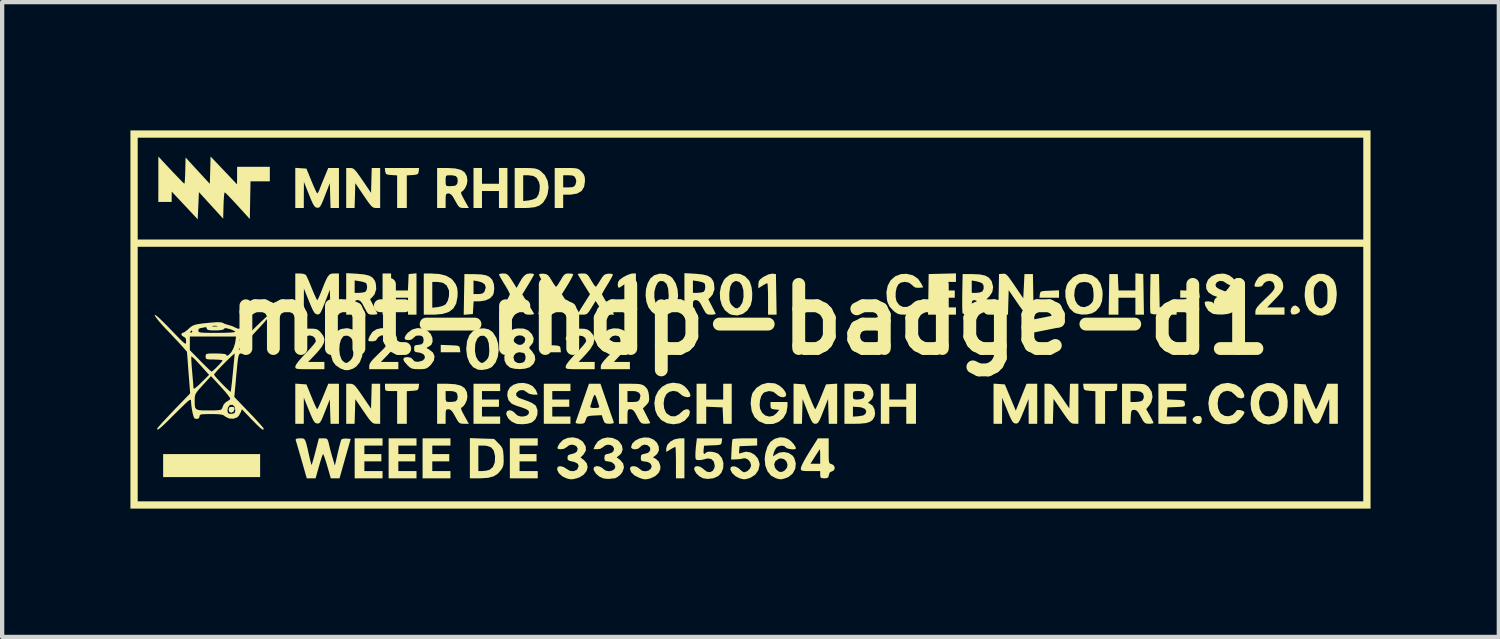
<source format=kicad_pcb>
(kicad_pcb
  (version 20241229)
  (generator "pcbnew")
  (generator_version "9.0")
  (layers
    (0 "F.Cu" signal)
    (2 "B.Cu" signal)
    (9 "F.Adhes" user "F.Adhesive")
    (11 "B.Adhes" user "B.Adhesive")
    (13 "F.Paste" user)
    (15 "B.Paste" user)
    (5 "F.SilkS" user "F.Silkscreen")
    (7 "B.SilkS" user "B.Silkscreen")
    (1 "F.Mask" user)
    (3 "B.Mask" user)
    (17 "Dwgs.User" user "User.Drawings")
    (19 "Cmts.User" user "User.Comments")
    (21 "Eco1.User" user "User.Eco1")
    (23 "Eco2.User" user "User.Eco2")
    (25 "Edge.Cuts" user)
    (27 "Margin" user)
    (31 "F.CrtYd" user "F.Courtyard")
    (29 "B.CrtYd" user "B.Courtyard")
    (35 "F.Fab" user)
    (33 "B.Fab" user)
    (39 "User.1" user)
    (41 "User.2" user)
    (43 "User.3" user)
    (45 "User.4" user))
  (footprint "mnt-rhdp-badge-d1"
    (layer "F.Cu")
    (at 14.486 4.422)
    (property "Reference" "mnt-rhdp-badge-d1" (at 0 0 0) (layer "F.SilkS") (effects (font (size 1.5 1.5) (thickness 0.3))))
    (attr board_only exclude_from_pos_files exclude_from_bom)
    (fp_poly (pts (xy -11.453 3.416) (xy -11.453 3.685) (xy -12.587 3.685) (xy -13.721 3.685) (xy -13.721 3.416) (xy -13.721 3.147) (xy -12.587 3.147) (xy -11.453 3.147)) (stroke (width 0) (type solid)) (fill yes) (layer "F.SilkS"))
    (fp_poly (pts (xy -12.064 2.05) (xy -12.051 2.088) (xy -12.053 2.105) (xy -12.08 2.158) (xy -12.127 2.181) (xy -12.17 2.165) (xy -12.187 2.122) (xy -12.19 2.093) (xy -12.171 2.052) (xy -12.117 2.041)) (stroke (width 0) (type solid)) (fill yes) (layer "F.SilkS"))
    (fp_poly (pts (xy -7.009 0.601) (xy -6.899 0.606) (xy -6.833 0.614) (xy -6.799 0.629) (xy -6.785 0.657) (xy -6.78 0.687) (xy -6.771 0.765) (xy -7 0.765) (xy -7.229 0.765) (xy -7.229 0.679) (xy -7.229 0.593)) (stroke (width 0) (type solid)) (fill yes) (layer "F.SilkS"))
    (fp_poly (pts (xy -4.656 0.601) (xy -4.546 0.606) (xy -4.48 0.614) (xy -4.446 0.629) (xy -4.432 0.657) (xy -4.428 0.687) (xy -4.419 0.765) (xy -4.647 0.765) (xy -4.876 0.765) (xy -4.876 0.679) (xy -4.876 0.593)) (stroke (width 0) (type solid)) (fill yes) (layer "F.SilkS"))
    (fp_poly (pts (xy 7.229 -0.597) (xy 7.229 -0.51) (xy 7 -0.51) (xy 6.771 -0.51) (xy 6.78 -0.588) (xy 6.787 -0.627) (xy 6.805 -0.651) (xy 6.846 -0.664) (xy 6.922 -0.671) (xy 7.009 -0.674) (xy 7.229 -0.683)) (stroke (width 0) (type solid)) (fill yes) (layer "F.SilkS"))
    (fp_poly (pts (xy 10.283 -0.674) (xy 10.394 -0.669) (xy 10.46 -0.662) (xy 10.494 -0.646) (xy 10.507 -0.619) (xy 10.512 -0.588) (xy 10.521 -0.51) (xy 10.292 -0.51) (xy 10.064 -0.51) (xy 10.064 -0.597) (xy 10.064 -0.683)) (stroke (width 0) (type solid)) (fill yes) (layer "F.SilkS"))
    (fp_poly (pts (xy 10.539 2.263) (xy 10.564 2.303) (xy 10.568 2.33) (xy 10.557 2.405) (xy 10.512 2.443) (xy 10.445 2.439) (xy 10.399 2.411) (xy 10.355 2.365) (xy 10.355 2.324) (xy 10.364 2.305) (xy 10.418 2.264) (xy 10.478 2.254)) (stroke (width 0) (type solid)) (fill yes) (layer "F.SilkS"))
    (fp_poly (pts (xy 12.802 -0.306) (xy 12.824 -0.286) (xy 12.863 -0.234) (xy 12.86 -0.189) (xy 12.853 -0.177) (xy 12.805 -0.138) (xy 12.738 -0.117) (xy 12.679 -0.121) (xy 12.664 -0.131) (xy 12.642 -0.187) (xy 12.655 -0.255) (xy 12.695 -0.309) (xy 12.703 -0.314) (xy 12.755 -0.33)) (stroke (width 0) (type solid)) (fill yes) (layer "F.SilkS"))
    (fp_poly (pts (xy 9.575 -0.673) (xy 9.583 -0.283) (xy 9.781 -0.283) (xy 9.979 -0.283) (xy 9.979 -0.198) (xy 9.979 -0.113) (xy 9.68 -0.113) (xy 9.533 -0.116) (xy 9.437 -0.123) (xy 9.383 -0.136) (xy 9.367 -0.15) (xy 9.363 -0.19) (xy 9.36 -0.276) (xy 9.359 -0.397) (xy 9.36 -0.542) (xy 9.361 -0.625) (xy 9.369 -1.063) (xy 9.468 -1.063) (xy 9.568 -1.063)) (stroke (width 0) (type solid)) (fill yes) (layer "F.SilkS"))
    (fp_poly (pts (xy -7.744 -3.466) (xy -7.755 -3.418) (xy -7.784 -3.393) (xy -7.846 -3.382) (xy -7.888 -3.379) (xy -8.023 -3.37) (xy -8.023 -2.989) (xy -8.023 -2.608) (xy -8.136 -2.608) (xy -8.249 -2.608) (xy -8.249 -2.989) (xy -8.249 -3.37) (xy -8.384 -3.379) (xy -8.466 -3.387) (xy -8.508 -3.405) (xy -8.524 -3.442) (xy -8.528 -3.466) (xy -8.537 -3.544) (xy -8.136 -3.544) (xy -7.735 -3.544)) (stroke (width 0) (type solid)) (fill yes) (layer "F.SilkS"))
    (fp_poly (pts (xy -7.744 1.58) (xy -7.755 1.628) (xy -7.784 1.653) (xy -7.846 1.664) (xy -7.888 1.667) (xy -8.023 1.676) (xy -8.023 2.057) (xy -8.023 2.438) (xy -8.136 2.438) (xy -8.249 2.438) (xy -8.249 2.055) (xy -8.249 1.673) (xy -8.391 1.673) (xy -8.475 1.671) (xy -8.517 1.659) (xy -8.531 1.629) (xy -8.533 1.587) (xy -8.533 1.502) (xy -8.134 1.502) (xy -7.735 1.502)) (stroke (width 0) (type solid)) (fill yes) (layer "F.SilkS"))
    (fp_poly (pts (xy 8.59 1.587) (xy 8.586 1.638) (xy 8.567 1.663) (xy 8.518 1.672) (xy 8.448 1.673) (xy 8.306 1.673) (xy 8.306 2.055) (xy 8.306 2.438) (xy 8.193 2.438) (xy 8.079 2.438) (xy 8.079 2.057) (xy 8.079 1.676) (xy 7.945 1.667) (xy 7.862 1.659) (xy 7.821 1.641) (xy 7.804 1.604) (xy 7.801 1.58) (xy 7.792 1.502) (xy 8.191 1.502) (xy 8.59 1.502)) (stroke (width 0) (type solid)) (fill yes) (layer "F.SilkS"))
    (fp_poly (pts (xy -1.531 3.246) (xy -1.531 3.714) (xy -1.63 3.714) (xy -1.729 3.714) (xy -1.729 3.345) (xy -1.73 3.208) (xy -1.733 3.094) (xy -1.736 3.014) (xy -1.741 2.978) (xy -1.742 2.977) (xy -1.772 2.99) (xy -1.832 3.022) (xy -1.855 3.036) (xy -1.956 3.096) (xy -1.956 3.009) (xy -1.93 2.928) (xy -1.861 2.855) (xy -1.765 2.802) (xy -1.653 2.779) (xy -1.638 2.778) (xy -1.531 2.778)) (stroke (width 0) (type solid)) (fill yes) (layer "F.SilkS"))
    (fp_poly (pts (xy 0.531 -1.072) (xy 0.609 -1.063) (xy 0.617 -0.588) (xy 0.625 -0.113) (xy 0.525 -0.113) (xy 0.425 -0.113) (xy 0.425 -0.482) (xy 0.424 -0.619) (xy 0.42 -0.733) (xy 0.415 -0.813) (xy 0.409 -0.849) (xy 0.407 -0.85) (xy 0.374 -0.837) (xy 0.313 -0.803) (xy 0.294 -0.791) (xy 0.198 -0.732) (xy 0.198 -0.827) (xy 0.206 -0.888) (xy 0.236 -0.936) (xy 0.301 -0.986) (xy 0.325 -1.001) (xy 0.435 -1.056) (xy 0.525 -1.073)) (stroke (width 0) (type solid)) (fill yes) (layer "F.SilkS"))
    (fp_poly (pts (xy -8.59 2.863) (xy -8.59 2.948) (xy -8.802 2.948) (xy -9.015 2.948) (xy -9.015 3.047) (xy -9.015 3.147) (xy -8.816 3.147) (xy -8.618 3.147) (xy -8.618 3.232) (xy -8.618 3.317) (xy -8.816 3.317) (xy -9.015 3.317) (xy -9.015 3.43) (xy -9.015 3.544) (xy -8.802 3.544) (xy -8.59 3.544) (xy -8.59 3.629) (xy -8.59 3.714) (xy -8.916 3.714) (xy -9.242 3.714) (xy -9.242 3.246) (xy -9.242 2.778) (xy -8.916 2.778) (xy -8.59 2.778)) (stroke (width 0) (type solid)) (fill yes) (layer "F.SilkS"))
    (fp_poly (pts (xy -7.796 -0.597) (xy -7.796 -0.113) (xy -7.895 -0.113) (xy -7.994 -0.113) (xy -7.994 -0.312) (xy -7.994 -0.51) (xy -8.193 -0.51) (xy -8.391 -0.51) (xy -8.391 -0.312) (xy -8.391 -0.113) (xy -8.49 -0.113) (xy -8.59 -0.113) (xy -8.59 -0.595) (xy -8.59 -1.077) (xy -8.49 -1.077) (xy -8.391 -1.077) (xy -8.391 -0.879) (xy -8.391 -0.68) (xy -8.194 -0.68) (xy -7.997 -0.68) (xy -7.988 -0.872) (xy -7.98 -1.063) (xy -7.888 -1.072) (xy -7.796 -1.081)) (stroke (width 0) (type solid)) (fill yes) (layer "F.SilkS"))
    (fp_poly (pts (xy -7.796 2.863) (xy -7.796 2.948) (xy -8.008 2.948) (xy -8.221 2.948) (xy -8.221 3.047) (xy -8.221 3.147) (xy -8.023 3.147) (xy -7.824 3.147) (xy -7.824 3.232) (xy -7.824 3.317) (xy -8.023 3.317) (xy -8.221 3.317) (xy -8.221 3.43) (xy -8.221 3.544) (xy -8.008 3.544) (xy -7.796 3.544) (xy -7.796 3.629) (xy -7.796 3.714) (xy -8.122 3.714) (xy -8.448 3.714) (xy -8.448 3.246) (xy -8.448 2.778) (xy -8.122 2.778) (xy -7.796 2.778)) (stroke (width 0) (type solid)) (fill yes) (layer "F.SilkS"))
    (fp_poly (pts (xy -7.002 2.863) (xy -7.002 2.948) (xy -7.215 2.948) (xy -7.427 2.948) (xy -7.427 3.047) (xy -7.427 3.147) (xy -7.229 3.147) (xy -7.03 3.147) (xy -7.03 3.232) (xy -7.03 3.317) (xy -7.229 3.317) (xy -7.427 3.317) (xy -7.427 3.43) (xy -7.427 3.544) (xy -7.215 3.544) (xy -7.002 3.544) (xy -7.002 3.629) (xy -7.002 3.714) (xy -7.328 3.714) (xy -7.654 3.714) (xy -7.654 3.246) (xy -7.654 2.778) (xy -7.328 2.778) (xy -7.002 2.778)) (stroke (width 0) (type solid)) (fill yes) (layer "F.SilkS"))
    (fp_poly (pts (xy -6.265 -3.359) (xy -6.265 -3.175) (xy -6.067 -3.175) (xy -5.868 -3.175) (xy -5.868 -3.359) (xy -5.868 -3.544) (xy -5.769 -3.544) (xy -5.67 -3.544) (xy -5.67 -3.076) (xy -5.67 -2.608) (xy -5.769 -2.608) (xy -5.868 -2.608) (xy -5.868 -2.806) (xy -5.868 -3.005) (xy -6.067 -3.005) (xy -6.265 -3.005) (xy -6.265 -2.806) (xy -6.265 -2.608) (xy -6.364 -2.608) (xy -6.463 -2.608) (xy -6.463 -3.076) (xy -6.463 -3.544) (xy -6.364 -3.544) (xy -6.265 -3.544)) (stroke (width 0) (type solid)) (fill yes) (layer "F.SilkS"))
    (fp_poly (pts (xy -5.84 1.587) (xy -5.84 1.673) (xy -6.052 1.673) (xy -6.265 1.673) (xy -6.265 1.772) (xy -6.265 1.871) (xy -6.067 1.871) (xy -5.868 1.871) (xy -5.868 1.956) (xy -5.868 2.041) (xy -6.067 2.041) (xy -6.265 2.041) (xy -6.265 2.154) (xy -6.265 2.268) (xy -6.052 2.268) (xy -5.84 2.268) (xy -5.84 2.353) (xy -5.84 2.438) (xy -6.152 2.438) (xy -6.463 2.438) (xy -6.463 1.97) (xy -6.463 1.502) (xy -6.152 1.502) (xy -5.84 1.502)) (stroke (width 0) (type solid)) (fill yes) (layer "F.SilkS"))
    (fp_poly (pts (xy -4.961 2.863) (xy -4.961 2.948) (xy -5.174 2.948) (xy -5.386 2.948) (xy -5.386 3.047) (xy -5.386 3.147) (xy -5.188 3.147) (xy -4.989 3.147) (xy -4.989 3.232) (xy -4.989 3.317) (xy -5.188 3.317) (xy -5.386 3.317) (xy -5.386 3.43) (xy -5.386 3.544) (xy -5.174 3.544) (xy -4.961 3.544) (xy -4.961 3.629) (xy -4.961 3.714) (xy -5.287 3.714) (xy -5.613 3.714) (xy -5.613 3.246) (xy -5.613 2.778) (xy -5.287 2.778) (xy -4.961 2.778)) (stroke (width 0) (type solid)) (fill yes) (layer "F.SilkS"))
    (fp_poly (pts (xy -4.196 1.587) (xy -4.196 1.673) (xy -4.408 1.673) (xy -4.621 1.673) (xy -4.621 1.772) (xy -4.621 1.871) (xy -4.422 1.871) (xy -4.224 1.871) (xy -4.224 1.956) (xy -4.224 2.041) (xy -4.422 2.041) (xy -4.621 2.041) (xy -4.621 2.154) (xy -4.621 2.268) (xy -4.408 2.268) (xy -4.196 2.268) (xy -4.196 2.353) (xy -4.196 2.438) (xy -4.507 2.438) (xy -4.819 2.438) (xy -4.819 1.97) (xy -4.819 1.502) (xy -4.507 1.502) (xy -4.196 1.502)) (stroke (width 0) (type solid)) (fill yes) (layer "F.SilkS"))
    (fp_poly (pts (xy -1.021 1.687) (xy -1.021 1.871) (xy -0.822 1.871) (xy -0.624 1.871) (xy -0.624 1.687) (xy -0.624 1.502) (xy -0.524 1.502) (xy -0.425 1.502) (xy -0.425 1.97) (xy -0.425 2.438) (xy -0.523 2.438) (xy -0.621 2.438) (xy -0.629 2.247) (xy -0.638 2.055) (xy -0.829 2.047) (xy -1.021 2.038) (xy -1.021 2.238) (xy -1.021 2.438) (xy -1.134 2.438) (xy -1.247 2.438) (xy -1.247 1.97) (xy -1.247 1.502) (xy -1.134 1.502) (xy -1.021 1.502)) (stroke (width 0) (type solid)) (fill yes) (layer "F.SilkS"))
    (fp_poly (pts (xy 3.26 1.687) (xy 3.26 1.871) (xy 3.458 1.871) (xy 3.657 1.871) (xy 3.657 1.687) (xy 3.657 1.502) (xy 3.77 1.502) (xy 3.884 1.502) (xy 3.884 1.97) (xy 3.884 2.438) (xy 3.77 2.438) (xy 3.657 2.438) (xy 3.657 2.24) (xy 3.657 2.041) (xy 3.458 2.041) (xy 3.26 2.041) (xy 3.26 2.24) (xy 3.26 2.438) (xy 3.161 2.438) (xy 3.062 2.438) (xy 3.062 1.97) (xy 3.062 1.502) (xy 3.161 1.502) (xy 3.26 1.502)) (stroke (width 0) (type solid)) (fill yes) (layer "F.SilkS"))
    (fp_poly (pts (xy 4.819 -0.979) (xy 4.819 -0.879) (xy 4.607 -0.879) (xy 4.394 -0.879) (xy 4.394 -0.78) (xy 4.394 -0.68) (xy 4.592 -0.68) (xy 4.791 -0.68) (xy 4.791 -0.595) (xy 4.791 -0.51) (xy 4.592 -0.51) (xy 4.394 -0.51) (xy 4.394 -0.397) (xy 4.394 -0.283) (xy 4.607 -0.283) (xy 4.819 -0.283) (xy 4.819 -0.198) (xy 4.819 -0.113) (xy 4.493 -0.113) (xy 4.166 -0.113) (xy 4.174 -0.588) (xy 4.181 -1.063) (xy 4.5 -1.071) (xy 4.819 -1.079)) (stroke (width 0) (type solid)) (fill yes) (layer "F.SilkS"))
    (fp_poly (pts (xy 9.107 -1.072) (xy 9.199 -1.063) (xy 9.207 -0.588) (xy 9.215 -0.113) (xy 9.115 -0.113) (xy 9.015 -0.113) (xy 9.015 -0.312) (xy 9.015 -0.51) (xy 8.816 -0.51) (xy 8.618 -0.51) (xy 8.618 -0.312) (xy 8.618 -0.113) (xy 8.504 -0.113) (xy 8.39 -0.113) (xy 8.397 -0.588) (xy 8.405 -1.063) (xy 8.504 -1.063) (xy 8.604 -1.063) (xy 8.612 -0.872) (xy 8.62 -0.68) (xy 8.818 -0.68) (xy 9.015 -0.68) (xy 9.015 -0.881) (xy 9.015 -1.081)) (stroke (width 0) (type solid)) (fill yes) (layer "F.SilkS"))
    (fp_poly (pts (xy -2.665 -0.595) (xy -2.665 -0.113) (xy -2.764 -0.113) (xy -2.863 -0.113) (xy -2.863 -0.482) (xy -2.865 -0.619) (xy -2.869 -0.733) (xy -2.875 -0.813) (xy -2.883 -0.849) (xy -2.884 -0.85) (xy -2.92 -0.833) (xy -2.975 -0.795) (xy -2.977 -0.794) (xy -3.042 -0.749) (xy -3.076 -0.746) (xy -3.089 -0.789) (xy -3.09 -0.823) (xy -3.081 -0.879) (xy -3.048 -0.927) (xy -2.977 -0.98) (xy -2.957 -0.993) (xy -2.867 -1.041) (xy -2.782 -1.071) (xy -2.744 -1.077) (xy -2.665 -1.077)) (stroke (width 0) (type solid)) (fill yes) (layer "F.SilkS"))
    (fp_poly (pts (xy -9.306 -3.54) (xy -9.27 -3.525) (xy -9.23 -3.49) (xy -9.179 -3.427) (xy -9.109 -3.329) (xy -9.057 -3.253) (xy -8.859 -2.962) (xy -8.851 -3.253) (xy -8.843 -3.544) (xy -8.744 -3.544) (xy -8.646 -3.544) (xy -8.646 -3.076) (xy -8.646 -2.608) (xy -8.74 -2.608) (xy -8.782 -2.611) (xy -8.818 -2.626) (xy -8.858 -2.66) (xy -8.907 -2.721) (xy -8.975 -2.817) (xy -9.031 -2.899) (xy -9.227 -3.189) (xy -9.235 -2.899) (xy -9.244 -2.608) (xy -9.342 -2.608) (xy -9.44 -2.608) (xy -9.44 -3.076) (xy -9.44 -3.544) (xy -9.348 -3.544)) (stroke (width 0) (type solid)) (fill yes) (layer "F.SilkS"))
    (fp_poly (pts (xy -9.306 1.506) (xy -9.27 1.521) (xy -9.23 1.556) (xy -9.179 1.619) (xy -9.109 1.717) (xy -9.057 1.793) (xy -8.859 2.084) (xy -8.851 1.793) (xy -8.843 1.502) (xy -8.744 1.502) (xy -8.646 1.502) (xy -8.646 1.97) (xy -8.646 2.438) (xy -8.74 2.438) (xy -8.782 2.435) (xy -8.818 2.42) (xy -8.858 2.385) (xy -8.909 2.324) (xy -8.978 2.227) (xy -9.031 2.15) (xy -9.227 1.862) (xy -9.235 2.15) (xy -9.244 2.438) (xy -9.342 2.438) (xy -9.44 2.438) (xy -9.44 1.97) (xy -9.44 1.502) (xy -9.348 1.502)) (stroke (width 0) (type solid)) (fill yes) (layer "F.SilkS"))
    (fp_poly (pts (xy 7.024 1.506) (xy 7.061 1.521) (xy 7.101 1.555) (xy 7.151 1.617) (xy 7.22 1.714) (xy 7.273 1.791) (xy 7.47 2.079) (xy 7.478 1.791) (xy 7.486 1.502) (xy 7.584 1.502) (xy 7.682 1.502) (xy 7.682 1.97) (xy 7.682 2.438) (xy 7.59 2.437) (xy 7.549 2.434) (xy 7.512 2.418) (xy 7.472 2.382) (xy 7.42 2.318) (xy 7.35 2.22) (xy 7.3 2.147) (xy 7.101 1.857) (xy 7.093 2.147) (xy 7.085 2.438) (xy 6.987 2.438) (xy 6.889 2.438) (xy 6.889 1.97) (xy 6.889 1.502) (xy 6.982 1.502)) (stroke (width 0) (type solid)) (fill yes) (layer "F.SilkS"))
    (fp_poly (pts (xy 10.205 1.587) (xy 10.205 1.673) (xy 9.979 1.673) (xy 9.752 1.673) (xy 9.752 1.771) (xy 9.752 1.868) (xy 9.957 1.877) (xy 10.063 1.882) (xy 10.126 1.891) (xy 10.156 1.908) (xy 10.168 1.938) (xy 10.172 1.962) (xy 10.174 2.001) (xy 10.162 2.025) (xy 10.125 2.037) (xy 10.051 2.044) (xy 9.973 2.047) (xy 9.766 2.055) (xy 9.757 2.162) (xy 9.748 2.268) (xy 9.977 2.268) (xy 10.205 2.268) (xy 10.205 2.353) (xy 10.205 2.438) (xy 9.879 2.438) (xy 9.553 2.438) (xy 9.553 1.97) (xy 9.553 1.502) (xy 9.879 1.502) (xy 10.205 1.502)) (stroke (width 0) (type solid)) (fill yes) (layer "F.SilkS"))
    (fp_poly (pts (xy 14.514 0) (xy 14.514 4.422) (xy 0.014 4.422) (xy -14.486 4.422) (xy -14.486 0) (xy -14.486 -1.701) (xy -14.316 -1.701) (xy -14.316 1.276) (xy -14.316 4.252) (xy 0.014 4.252) (xy 14.344 4.252) (xy 14.344 1.276) (xy 14.344 -1.701) (xy 0.014 -1.701) (xy -14.316 -1.701) (xy -14.486 -1.701) (xy -14.486 -4.252) (xy -14.316 -4.252) (xy -14.316 -3.062) (xy -14.316 -1.871) (xy 0.014 -1.871) (xy 14.344 -1.871) (xy 14.344 -3.062) (xy 14.344 -4.252) (xy 0.014 -4.252) (xy -14.316 -4.252) (xy -14.486 -4.252) (xy -14.486 -4.422) (xy 0.014 -4.422) (xy 14.514 -4.422)) (stroke (width 0) (type solid)) (fill yes) (layer "F.SilkS"))
    (fp_poly (pts (xy 5.83 1.508) (xy 5.962 1.517) (xy 6.09 1.824) (xy 6.218 2.131) (xy 6.343 1.817) (xy 6.469 1.502) (xy 6.594 1.502) (xy 6.719 1.502) (xy 6.719 1.97) (xy 6.719 2.438) (xy 6.619 2.438) (xy 6.52 2.438) (xy 6.518 2.147) (xy 6.517 1.857) (xy 6.4 2.149) (xy 6.348 2.276) (xy 6.31 2.36) (xy 6.28 2.408) (xy 6.253 2.429) (xy 6.222 2.433) (xy 6.212 2.432) (xy 6.178 2.422) (xy 6.147 2.395) (xy 6.114 2.341) (xy 6.072 2.252) (xy 6.02 2.126) (xy 5.899 1.828) (xy 5.898 2.133) (xy 5.896 2.438) (xy 5.797 2.438) (xy 5.698 2.438) (xy 5.698 1.969) (xy 5.698 1.499)) (stroke (width 0) (type solid)) (fill yes) (layer "F.SilkS"))
    (fp_poly (pts (xy 5.984 -1.06) (xy 6.021 -1.028) (xy 6.07 -0.968) (xy 6.137 -0.873) (xy 6.195 -0.788) (xy 6.393 -0.496) (xy 6.407 -0.78) (xy 6.421 -1.063) (xy 6.52 -1.063) (xy 6.619 -1.063) (xy 6.627 -0.588) (xy 6.635 -0.113) (xy 6.539 -0.113) (xy 6.496 -0.116) (xy 6.459 -0.131) (xy 6.42 -0.164) (xy 6.371 -0.225) (xy 6.303 -0.32) (xy 6.248 -0.4) (xy 6.052 -0.686) (xy 6.044 -0.4) (xy 6.036 -0.113) (xy 5.937 -0.113) (xy 5.867 -0.123) (xy 5.826 -0.146) (xy 5.824 -0.15) (xy 5.82 -0.19) (xy 5.817 -0.276) (xy 5.816 -0.397) (xy 5.816 -0.542) (xy 5.818 -0.625) (xy 5.826 -1.063) (xy 5.912 -1.071) (xy 5.95 -1.072)) (stroke (width 0) (type solid)) (fill yes) (layer "F.SilkS"))
    (fp_poly (pts (xy -7.267 -1.065) (xy -7.108 -1.026) (xy -6.99 -0.96) (xy -6.947 -0.919) (xy -6.879 -0.827) (xy -6.843 -0.734) (xy -6.833 -0.62) (xy -6.838 -0.528) (xy -6.868 -0.373) (xy -6.935 -0.257) (xy -7.04 -0.177) (xy -7.187 -0.13) (xy -7.38 -0.113) (xy -7.396 -0.113) (xy -7.626 -0.113) (xy -7.626 -0.595) (xy -7.626 -0.879) (xy -7.427 -0.879) (xy -7.427 -0.577) (xy -7.427 -0.276) (xy -7.296 -0.291) (xy -7.199 -0.313) (xy -7.124 -0.349) (xy -7.111 -0.36) (xy -7.064 -0.439) (xy -7.037 -0.547) (xy -7.035 -0.659) (xy -7.042 -0.694) (xy -7.092 -0.798) (xy -7.179 -0.859) (xy -7.3 -0.879) (xy -7.427 -0.879) (xy -7.626 -0.879) (xy -7.626 -1.077) (xy -7.471 -1.077)) (stroke (width 0) (type solid)) (fill yes) (layer "F.SilkS"))
    (fp_poly (pts (xy -6.435 -1.061) (xy -6.282 -1.054) (xy -6.173 -1.035) (xy -6.095 -1) (xy -6.038 -0.944) (xy -6.021 -0.92) (xy -5.987 -0.831) (xy -5.978 -0.718) (xy -5.992 -0.611) (xy -6.009 -0.569) (xy -6.077 -0.496) (xy -6.185 -0.446) (xy -6.317 -0.425) (xy -6.333 -0.425) (xy -6.46 -0.425) (xy -6.469 -0.276) (xy -6.478 -0.128) (xy -6.585 -0.119) (xy -6.692 -0.11) (xy -6.684 -0.586) (xy -6.678 -0.913) (xy -6.463 -0.913) (xy -6.463 -0.754) (xy -6.463 -0.595) (xy -6.351 -0.595) (xy -6.264 -0.605) (xy -6.216 -0.639) (xy -6.209 -0.65) (xy -6.177 -0.745) (xy -6.197 -0.818) (xy -6.268 -0.869) (xy -6.357 -0.894) (xy -6.463 -0.913) (xy -6.678 -0.913) (xy -6.676 -1.063)) (stroke (width 0) (type solid)) (fill yes) (layer "F.SilkS"))
    (fp_poly (pts (xy -6.265 2.783) (xy -5.982 2.792) (xy -5.876 2.899) (xy -5.82 2.958) (xy -5.788 3.01) (xy -5.771 3.074) (xy -5.762 3.17) (xy -5.76 3.21) (xy -5.757 3.325) (xy -5.764 3.403) (xy -5.785 3.463) (xy -5.817 3.515) (xy -5.896 3.607) (xy -5.994 3.668) (xy -6.122 3.702) (xy -6.292 3.713) (xy -6.315 3.714) (xy -6.548 3.714) (xy -6.548 3.243) (xy -6.548 2.948) (xy -6.35 2.948) (xy -6.35 3.246) (xy -6.35 3.544) (xy -6.252 3.544) (xy -6.162 3.534) (xy -6.084 3.512) (xy -6.009 3.447) (xy -5.966 3.343) (xy -5.959 3.206) (xy -5.961 3.183) (xy -5.991 3.063) (xy -6.054 2.988) (xy -6.156 2.953) (xy -6.226 2.948) (xy -6.35 2.948) (xy -6.548 2.948) (xy -6.548 2.773)) (stroke (width 0) (type solid)) (fill yes) (layer "F.SilkS"))
    (fp_poly (pts (xy -5.12 -3.541) (xy -5.031 -3.533) (xy -4.966 -3.515) (xy -4.91 -3.485) (xy -4.901 -3.479) (xy -4.794 -3.376) (xy -4.729 -3.243) (xy -4.707 -3.091) (xy -4.73 -2.933) (xy -4.77 -2.836) (xy -4.835 -2.735) (xy -4.919 -2.667) (xy -5.03 -2.627) (xy -5.18 -2.61) (xy -5.265 -2.608) (xy -5.5 -2.608) (xy -5.5 -3.076) (xy -5.5 -3.373) (xy -5.301 -3.373) (xy -5.301 -3.072) (xy -5.301 -2.771) (xy -5.172 -2.785) (xy -5.081 -2.805) (xy -5.006 -2.837) (xy -4.989 -2.849) (xy -4.944 -2.921) (xy -4.918 -3.024) (xy -4.914 -3.134) (xy -4.932 -3.215) (xy -4.985 -3.307) (xy -5.063 -3.357) (xy -5.18 -3.373) (xy -5.181 -3.373) (xy -5.301 -3.373) (xy -5.5 -3.373) (xy -5.5 -3.544) (xy -5.249 -3.544)) (stroke (width 0) (type solid)) (fill yes) (layer "F.SilkS"))
    (fp_poly (pts (xy -10.5 1.508) (xy -10.37 1.517) (xy -10.252 1.807) (xy -10.204 1.924) (xy -10.162 2.018) (xy -10.132 2.079) (xy -10.119 2.097) (xy -10.103 2.073) (xy -10.07 2.006) (xy -10.027 1.908) (xy -9.981 1.8) (xy -9.859 1.502) (xy -9.735 1.502) (xy -9.61 1.502) (xy -9.61 1.97) (xy -9.61 2.438) (xy -9.708 2.438) (xy -9.806 2.438) (xy -9.815 2.153) (xy -9.823 1.867) (xy -9.936 2.153) (xy -9.987 2.28) (xy -10.024 2.362) (xy -10.054 2.409) (xy -10.081 2.429) (xy -10.112 2.432) (xy -10.12 2.432) (xy -10.154 2.422) (xy -10.185 2.395) (xy -10.218 2.341) (xy -10.259 2.252) (xy -10.311 2.126) (xy -10.431 1.828) (xy -10.432 2.133) (xy -10.432 2.438) (xy -10.531 2.438) (xy -10.631 2.438) (xy -10.631 1.969) (xy -10.631 1.499)) (stroke (width 0) (type solid)) (fill yes) (layer "F.SilkS"))
    (fp_poly (pts (xy -4.166 -3.543) (xy -4.081 -3.538) (xy -4.026 -3.526) (xy -3.985 -3.503) (xy -3.945 -3.467) (xy -3.938 -3.461) (xy -3.885 -3.396) (xy -3.861 -3.327) (xy -3.856 -3.241) (xy -3.876 -3.104) (xy -3.936 -3.006) (xy -4.038 -2.946) (xy -4.184 -2.921) (xy -4.222 -2.92) (xy -4.366 -2.92) (xy -4.366 -2.764) (xy -4.366 -2.608) (xy -4.465 -2.608) (xy -4.564 -2.608) (xy -4.564 -3.076) (xy -4.564 -3.373) (xy -4.366 -3.373) (xy -4.366 -3.232) (xy -4.366 -3.09) (xy -4.237 -3.09) (xy -4.154 -3.095) (xy -4.107 -3.115) (xy -4.077 -3.16) (xy -4.077 -3.161) (xy -4.059 -3.24) (xy -4.077 -3.303) (xy -4.106 -3.348) (xy -4.153 -3.368) (xy -4.235 -3.373) (xy -4.237 -3.373) (xy -4.366 -3.373) (xy -4.564 -3.373) (xy -4.564 -3.544) (xy -4.293 -3.544)) (stroke (width 0) (type solid)) (fill yes) (layer "F.SilkS"))
    (fp_poly (pts (xy 12.862 1.508) (xy 12.996 1.517) (xy 13.11 1.807) (xy 13.157 1.924) (xy 13.198 2.018) (xy 13.228 2.08) (xy 13.241 2.098) (xy 13.257 2.073) (xy 13.29 2.006) (xy 13.334 1.908) (xy 13.379 1.8) (xy 13.501 1.502) (xy 13.625 1.502) (xy 13.749 1.502) (xy 13.749 1.97) (xy 13.749 2.438) (xy 13.65 2.438) (xy 13.55 2.438) (xy 13.549 2.147) (xy 13.547 1.857) (xy 13.43 2.149) (xy 13.378 2.276) (xy 13.34 2.36) (xy 13.31 2.408) (xy 13.283 2.429) (xy 13.253 2.433) (xy 13.242 2.432) (xy 13.208 2.422) (xy 13.177 2.395) (xy 13.144 2.341) (xy 13.102 2.252) (xy 13.05 2.126) (xy 12.929 1.828) (xy 12.928 2.133) (xy 12.927 2.438) (xy 12.828 2.438) (xy 12.728 2.438) (xy 12.728 1.969) (xy 12.728 1.499)) (stroke (width 0) (type solid)) (fill yes) (layer "F.SilkS"))
    (fp_poly (pts (xy 2.041 1.969) (xy 2.041 2.438) (xy 1.943 2.438) (xy 1.845 2.438) (xy 1.837 2.147) (xy 1.828 1.857) (xy 1.715 2.147) (xy 1.664 2.276) (xy 1.626 2.36) (xy 1.596 2.409) (xy 1.567 2.432) (xy 1.535 2.438) (xy 1.531 2.438) (xy 1.498 2.433) (xy 1.469 2.412) (xy 1.439 2.366) (xy 1.402 2.286) (xy 1.352 2.163) (xy 1.346 2.147) (xy 1.233 1.857) (xy 1.225 2.147) (xy 1.217 2.438) (xy 1.119 2.438) (xy 1.021 2.438) (xy 1.021 1.969) (xy 1.021 1.499) (xy 1.152 1.508) (xy 1.283 1.517) (xy 1.397 1.807) (xy 1.445 1.924) (xy 1.486 2.019) (xy 1.516 2.08) (xy 1.529 2.098) (xy 1.545 2.073) (xy 1.578 2.006) (xy 1.621 1.908) (xy 1.663 1.807) (xy 1.78 1.517) (xy 1.911 1.508) (xy 2.041 1.499)) (stroke (width 0) (type solid)) (fill yes) (layer "F.SilkS"))
    (fp_poly (pts (xy -10.5 -3.538) (xy -10.37 -3.529) (xy -10.252 -3.239) (xy -10.203 -3.122) (xy -10.161 -3.028) (xy -10.13 -2.967) (xy -10.116 -2.949) (xy -10.095 -2.972) (xy -10.07 -3.026) (xy -10.047 -3.089) (xy -10.008 -3.186) (xy -9.962 -3.297) (xy -9.951 -3.324) (xy -9.86 -3.544) (xy -9.735 -3.544) (xy -9.61 -3.544) (xy -9.61 -3.076) (xy -9.61 -2.608) (xy -9.708 -2.608) (xy -9.806 -2.608) (xy -9.815 -2.899) (xy -9.823 -3.189) (xy -9.936 -2.898) (xy -9.987 -2.77) (xy -10.024 -2.686) (xy -10.053 -2.638) (xy -10.08 -2.617) (xy -10.11 -2.613) (xy -10.12 -2.614) (xy -10.154 -2.624) (xy -10.185 -2.651) (xy -10.218 -2.705) (xy -10.259 -2.794) (xy -10.31 -2.92) (xy -10.429 -3.218) (xy -10.431 -2.913) (xy -10.432 -2.608) (xy -10.531 -2.608) (xy -10.631 -2.608) (xy -10.631 -3.077) (xy -10.631 -3.547)) (stroke (width 0) (type solid)) (fill yes) (layer "F.SilkS"))
    (fp_poly (pts (xy -3.074 0.21) (xy -2.962 0.248) (xy -2.873 0.319) (xy -2.833 0.388) (xy -2.815 0.471) (xy -2.831 0.556) (xy -2.883 0.652) (xy -2.976 0.769) (xy -3.009 0.806) (xy -3.18 0.992) (xy -2.993 0.992) (xy -2.806 0.992) (xy -2.806 1.077) (xy -2.806 1.162) (xy -3.147 1.162) (xy -3.487 1.162) (xy -3.487 1.092) (xy -3.472 1.044) (xy -3.424 0.975) (xy -3.339 0.882) (xy -3.257 0.8) (xy -3.15 0.695) (xy -3.08 0.617) (xy -3.041 0.558) (xy -3.027 0.511) (xy -3.026 0.499) (xy -3.039 0.431) (xy -3.065 0.393) (xy -3.139 0.373) (xy -3.216 0.39) (xy -3.27 0.44) (xy -3.274 0.446) (xy -3.314 0.495) (xy -3.386 0.51) (xy -3.394 0.51) (xy -3.465 0.495) (xy -3.488 0.451) (xy -3.463 0.382) (xy -3.407 0.309) (xy -3.311 0.238) (xy -3.195 0.206)) (stroke (width 0) (type solid)) (fill yes) (layer "F.SilkS"))
    (fp_poly (pts (xy -8.509 0.208) (xy -8.404 0.245) (xy -8.318 0.31) (xy -8.263 0.401) (xy -8.249 0.485) (xy -8.26 0.551) (xy -8.295 0.623) (xy -8.361 0.71) (xy -8.466 0.823) (xy -8.471 0.829) (xy -8.63 0.992) (xy -8.426 0.992) (xy -8.221 0.992) (xy -8.221 1.077) (xy -8.221 1.162) (xy -8.561 1.162) (xy -8.901 1.162) (xy -8.902 1.084) (xy -8.892 1.039) (xy -8.859 0.984) (xy -8.796 0.912) (xy -8.697 0.814) (xy -8.675 0.793) (xy -8.556 0.674) (xy -8.481 0.582) (xy -8.446 0.508) (xy -8.45 0.448) (xy -8.482 0.403) (xy -8.55 0.369) (xy -8.628 0.374) (xy -8.692 0.414) (xy -8.708 0.439) (xy -8.747 0.492) (xy -8.812 0.51) (xy -8.835 0.51) (xy -8.899 0.508) (xy -8.924 0.493) (xy -8.917 0.451) (xy -8.889 0.384) (xy -8.824 0.288) (xy -8.731 0.228) (xy -8.622 0.202)) (stroke (width 0) (type solid)) (fill yes) (layer "F.SilkS"))
    (fp_poly (pts (xy 12.235 1.489) (xy 12.372 1.547) (xy 12.494 1.658) (xy 12.514 1.684) (xy 12.556 1.778) (xy 12.576 1.903) (xy 12.574 2.04) (xy 12.55 2.167) (xy 12.506 2.261) (xy 12.402 2.364) (xy 12.269 2.431) (xy 12.125 2.455) (xy 12.009 2.438) (xy 11.878 2.37) (xy 11.782 2.259) (xy 11.724 2.114) (xy 11.708 1.964) (xy 11.709 1.953) (xy 11.906 1.953) (xy 11.925 2.088) (xy 11.976 2.189) (xy 12.053 2.251) (xy 12.148 2.268) (xy 12.251 2.237) (xy 12.319 2.171) (xy 12.361 2.071) (xy 12.375 1.956) (xy 12.359 1.841) (xy 12.311 1.745) (xy 12.3 1.733) (xy 12.221 1.685) (xy 12.119 1.673) (xy 12.035 1.69) (xy 11.981 1.736) (xy 11.936 1.817) (xy 11.909 1.912) (xy 11.906 1.953) (xy 11.709 1.953) (xy 11.725 1.798) (xy 11.78 1.67) (xy 11.875 1.573) (xy 11.937 1.536) (xy 12.088 1.485)) (stroke (width 0) (type solid)) (fill yes) (layer "F.SilkS"))
    (fp_poly (pts (xy -1.647 1.498) (xy -1.601 1.515) (xy -1.526 1.564) (xy -1.455 1.639) (xy -1.405 1.72) (xy -1.389 1.779) (xy -1.411 1.81) (xy -1.464 1.817) (xy -1.532 1.802) (xy -1.595 1.769) (xy -1.621 1.743) (xy -1.699 1.685) (xy -1.795 1.669) (xy -1.89 1.694) (xy -1.954 1.747) (xy -2 1.844) (xy -2.017 1.961) (xy -2.004 2.08) (xy -1.962 2.176) (xy -1.943 2.198) (xy -1.85 2.259) (xy -1.751 2.265) (xy -1.656 2.217) (xy -1.621 2.183) (xy -1.546 2.119) (xy -1.477 2.096) (xy -1.426 2.11) (xy -1.402 2.156) (xy -1.416 2.229) (xy -1.433 2.263) (xy -1.524 2.364) (xy -1.647 2.428) (xy -1.788 2.45) (xy -1.935 2.426) (xy -1.942 2.424) (xy -2.074 2.35) (xy -2.167 2.236) (xy -2.213 2.121) (xy -2.234 1.955) (xy -2.21 1.804) (xy -2.147 1.674) (xy -2.052 1.571) (xy -1.933 1.504) (xy -1.796 1.477)) (stroke (width 0) (type solid)) (fill yes) (layer "F.SilkS"))
    (fp_poly (pts (xy 3.816 -1.033) (xy 3.932 -0.953) (xy 4.004 -0.848) (xy 4.054 -0.751) (xy 3.953 -0.742) (xy 3.872 -0.746) (xy 3.815 -0.783) (xy 3.795 -0.806) (xy 3.72 -0.862) (xy 3.624 -0.881) (xy 3.53 -0.863) (xy 3.474 -0.823) (xy 3.433 -0.747) (xy 3.41 -0.639) (xy 3.408 -0.526) (xy 3.428 -0.429) (xy 3.491 -0.34) (xy 3.579 -0.294) (xy 3.677 -0.294) (xy 3.772 -0.344) (xy 3.799 -0.369) (xy 3.867 -0.424) (xy 3.937 -0.452) (xy 3.994 -0.451) (xy 4.023 -0.419) (xy 4.024 -0.404) (xy 3.996 -0.296) (xy 3.921 -0.208) (xy 3.809 -0.145) (xy 3.667 -0.115) (xy 3.622 -0.114) (xy 3.522 -0.117) (xy 3.454 -0.135) (xy 3.391 -0.176) (xy 3.347 -0.214) (xy 3.268 -0.3) (xy 3.223 -0.392) (xy 3.205 -0.462) (xy 3.192 -0.638) (xy 3.223 -0.793) (xy 3.293 -0.919) (xy 3.398 -1.011) (xy 3.532 -1.062) (xy 3.666 -1.069)) (stroke (width 0) (type solid)) (fill yes) (layer "F.SilkS"))
    (fp_poly (pts (xy 12.215 -1.069) (xy 12.32 -1.032) (xy 12.406 -0.965) (xy 12.46 -0.871) (xy 12.473 -0.786) (xy 12.469 -0.729) (xy 12.451 -0.677) (xy 12.412 -0.619) (xy 12.344 -0.541) (xy 12.284 -0.479) (xy 12.095 -0.283) (xy 12.298 -0.283) (xy 12.502 -0.283) (xy 12.502 -0.198) (xy 12.502 -0.113) (xy 12.161 -0.113) (xy 11.821 -0.113) (xy 11.821 -0.191) (xy 11.831 -0.237) (xy 11.864 -0.292) (xy 11.928 -0.364) (xy 12.028 -0.463) (xy 12.05 -0.484) (xy 12.153 -0.582) (xy 12.219 -0.653) (xy 12.256 -0.704) (xy 12.27 -0.746) (xy 12.27 -0.779) (xy 12.248 -0.848) (xy 12.215 -0.887) (xy 12.146 -0.904) (xy 12.071 -0.886) (xy 12.016 -0.843) (xy 12.005 -0.822) (xy 11.974 -0.78) (xy 11.908 -0.766) (xy 11.89 -0.765) (xy 11.825 -0.767) (xy 11.799 -0.782) (xy 11.806 -0.824) (xy 11.833 -0.892) (xy 11.899 -0.99) (xy 11.993 -1.05) (xy 12.102 -1.076)) (stroke (width 0) (type solid)) (fill yes) (layer "F.SilkS"))
    (fp_poly (pts (xy -6.106 0.231) (xy -6.026 0.286) (xy -6.005 0.308) (xy -5.929 0.428) (xy -5.886 0.571) (xy -5.875 0.723) (xy -5.895 0.872) (xy -5.945 1.003) (xy -6.025 1.102) (xy -6.05 1.121) (xy -6.148 1.161) (xy -6.266 1.18) (xy -6.364 1.172) (xy -6.472 1.115) (xy -6.556 1.013) (xy -6.611 0.873) (xy -6.629 0.734) (xy -6.43 0.734) (xy -6.406 0.864) (xy -6.355 0.958) (xy -6.348 0.965) (xy -6.291 1.011) (xy -6.242 1.012) (xy -6.182 0.968) (xy -6.164 0.951) (xy -6.124 0.9) (xy -6.103 0.84) (xy -6.095 0.751) (xy -6.095 0.711) (xy -6.106 0.555) (xy -6.142 0.448) (xy -6.201 0.389) (xy -6.228 0.379) (xy -6.308 0.384) (xy -6.371 0.44) (xy -6.414 0.539) (xy -6.423 0.584) (xy -6.43 0.734) (xy -6.629 0.734) (xy -6.633 0.703) (xy -6.633 0.68) (xy -6.614 0.503) (xy -6.559 0.363) (xy -6.471 0.266) (xy -6.352 0.213) (xy -6.212 0.207)) (stroke (width 0) (type solid)) (fill yes) (layer "F.SilkS"))
    (fp_poly (pts (xy -3.868 0.217) (xy -3.798 0.234) (xy -3.744 0.269) (xy -3.732 0.28) (xy -3.66 0.37) (xy -3.636 0.464) (xy -3.659 0.57) (xy -3.731 0.69) (xy -3.846 0.824) (xy -4.006 0.992) (xy -3.817 0.992) (xy -3.629 0.992) (xy -3.629 1.077) (xy -3.629 1.162) (xy -3.969 1.162) (xy -4.112 1.162) (xy -4.208 1.159) (xy -4.267 1.153) (xy -4.296 1.142) (xy -4.307 1.123) (xy -4.309 1.1) (xy -4.288 1.049) (xy -4.226 0.965) (xy -4.126 0.852) (xy -4.068 0.792) (xy -3.975 0.693) (xy -3.898 0.606) (xy -3.846 0.539) (xy -3.827 0.502) (xy -3.827 0.502) (xy -3.85 0.433) (xy -3.907 0.39) (xy -3.98 0.376) (xy -4.049 0.394) (xy -4.096 0.446) (xy -4.136 0.495) (xy -4.208 0.51) (xy -4.216 0.51) (xy -4.287 0.495) (xy -4.31 0.452) (xy -4.285 0.382) (xy -4.226 0.305) (xy -4.174 0.253) (xy -4.124 0.225) (xy -4.055 0.214) (xy -3.973 0.213)) (stroke (width 0) (type solid)) (fill yes) (layer "F.SilkS"))
    (fp_poly (pts (xy -0.225 -1.064) (xy -0.112 -1.009) (xy -0.021 -0.915) (xy -0.000278 -0.879) (xy 0.039 -0.759) (xy 0.056 -0.612) (xy 0.05 -0.463) (xy 0.02 -0.337) (xy 0.018 -0.332) (xy -0.06 -0.211) (xy -0.166 -0.131) (xy -0.29 -0.095) (xy -0.42 -0.109) (xy -0.481 -0.133) (xy -0.584 -0.216) (xy -0.656 -0.335) (xy -0.696 -0.478) (xy -0.7 -0.564) (xy -0.482 -0.564) (xy -0.478 -0.461) (xy -0.462 -0.393) (xy -0.428 -0.342) (xy -0.412 -0.325) (xy -0.348 -0.27) (xy -0.297 -0.261) (xy -0.243 -0.296) (xy -0.228 -0.31) (xy -0.174 -0.4) (xy -0.148 -0.527) (xy -0.152 -0.676) (xy -0.154 -0.691) (xy -0.187 -0.805) (xy -0.244 -0.877) (xy -0.318 -0.901) (xy -0.348 -0.897) (xy -0.417 -0.854) (xy -0.461 -0.764) (xy -0.48 -0.626) (xy -0.482 -0.564) (xy -0.7 -0.564) (xy -0.703 -0.63) (xy -0.675 -0.781) (xy -0.611 -0.917) (xy -0.572 -0.968) (xy -0.469 -1.045) (xy -0.349 -1.076)) (stroke (width 0) (type solid)) (fill yes) (layer "F.SilkS"))
    (fp_poly (pts (xy 7.841 -1.071) (xy 7.999 -1.035) (xy 8.119 -0.957) (xy 8.201 -0.838) (xy 8.244 -0.68) (xy 8.249 -0.583) (xy 8.235 -0.429) (xy 8.186 -0.307) (xy 8.095 -0.2) (xy 8.095 -0.2) (xy 8.003 -0.146) (xy 7.88 -0.118) (xy 7.747 -0.117) (xy 7.626 -0.144) (xy 7.574 -0.169) (xy 7.481 -0.258) (xy 7.415 -0.383) (xy 7.379 -0.526) (xy 7.379 -0.559) (xy 7.585 -0.559) (xy 7.608 -0.445) (xy 7.66 -0.357) (xy 7.733 -0.303) (xy 7.821 -0.289) (xy 7.916 -0.322) (xy 7.957 -0.352) (xy 8.003 -0.398) (xy 8.027 -0.448) (xy 8.036 -0.522) (xy 8.037 -0.59) (xy 8.025 -0.727) (xy 7.986 -0.817) (xy 7.917 -0.865) (xy 7.825 -0.879) (xy 7.716 -0.863) (xy 7.644 -0.809) (xy 7.601 -0.71) (xy 7.597 -0.694) (xy 7.585 -0.559) (xy 7.379 -0.559) (xy 7.376 -0.673) (xy 7.409 -0.806) (xy 7.446 -0.873) (xy 7.561 -0.992) (xy 7.69 -1.057) (xy 7.838 -1.071)) (stroke (width 0) (type solid)) (fill yes) (layer "F.SilkS"))
    (fp_poly (pts (xy -10.19 0.215) (xy -10.127 0.228) (xy -10.078 0.258) (xy -10.033 0.305) (xy -9.973 0.387) (xy -9.949 0.465) (xy -9.963 0.549) (xy -10.016 0.645) (xy -10.111 0.762) (xy -10.187 0.843) (xy -10.331 0.992) (xy -10.141 0.992) (xy -9.95 0.992) (xy -9.95 1.077) (xy -9.95 1.162) (xy -10.29 1.162) (xy -10.434 1.162) (xy -10.53 1.159) (xy -10.588 1.153) (xy -10.618 1.142) (xy -10.629 1.123) (xy -10.631 1.1) (xy -10.609 1.049) (xy -10.547 0.965) (xy -10.447 0.852) (xy -10.39 0.792) (xy -10.296 0.694) (xy -10.22 0.607) (xy -10.168 0.541) (xy -10.149 0.505) (xy -10.149 0.505) (xy -10.171 0.433) (xy -10.228 0.387) (xy -10.3 0.371) (xy -10.369 0.391) (xy -10.418 0.446) (xy -10.458 0.495) (xy -10.53 0.51) (xy -10.538 0.51) (xy -10.608 0.495) (xy -10.631 0.452) (xy -10.606 0.382) (xy -10.548 0.305) (xy -10.497 0.253) (xy -10.448 0.226) (xy -10.381 0.215) (xy -10.29 0.213)) (stroke (width 0) (type solid)) (fill yes) (layer "F.SilkS"))
    (fp_poly (pts (xy -9.391 0.206) (xy -9.256 0.246) (xy -9.154 0.332) (xy -9.086 0.463) (xy -9.069 0.525) (xy -9.049 0.699) (xy -9.068 0.86) (xy -9.121 0.997) (xy -9.205 1.101) (xy -9.284 1.15) (xy -9.386 1.184) (xy -9.471 1.184) (xy -9.564 1.149) (xy -9.58 1.141) (xy -9.685 1.07) (xy -9.754 0.977) (xy -9.792 0.851) (xy -9.804 0.74) (xy -9.802 0.706) (xy -9.601 0.706) (xy -9.588 0.827) (xy -9.551 0.928) (xy -9.523 0.966) (xy -9.466 1.011) (xy -9.417 1.012) (xy -9.357 0.968) (xy -9.339 0.951) (xy -9.299 0.9) (xy -9.277 0.84) (xy -9.27 0.75) (xy -9.27 0.712) (xy -9.274 0.606) (xy -9.286 0.514) (xy -9.297 0.47) (xy -9.345 0.409) (xy -9.415 0.377) (xy -9.487 0.383) (xy -9.511 0.397) (xy -9.563 0.472) (xy -9.593 0.581) (xy -9.601 0.706) (xy -9.802 0.706) (xy -9.796 0.552) (xy -9.753 0.401) (xy -9.677 0.29) (xy -9.569 0.224) (xy -9.433 0.203)) (stroke (width 0) (type solid)) (fill yes) (layer "F.SilkS"))
    (fp_poly (pts (xy -1.981 -1.065) (xy -1.864 -1.015) (xy -1.81 -0.968) (xy -1.734 -0.848) (xy -1.691 -0.705) (xy -1.679 -0.552) (xy -1.699 -0.404) (xy -1.749 -0.273) (xy -1.829 -0.174) (xy -1.854 -0.155) (xy -1.952 -0.114) (xy -2.07 -0.096) (xy -2.169 -0.104) (xy -2.23 -0.134) (xy -2.293 -0.18) (xy -2.372 -0.284) (xy -2.42 -0.416) (xy -2.433 -0.519) (xy -2.235 -0.519) (xy -2.208 -0.4) (xy -2.154 -0.309) (xy -2.134 -0.291) (xy -2.082 -0.261) (xy -2.038 -0.266) (xy -1.982 -0.312) (xy -1.969 -0.325) (xy -1.928 -0.375) (xy -1.907 -0.435) (xy -1.9 -0.525) (xy -1.899 -0.564) (xy -1.911 -0.722) (xy -1.947 -0.83) (xy -2.007 -0.888) (xy -2.03 -0.896) (xy -2.1 -0.901) (xy -2.151 -0.866) (xy -2.197 -0.785) (xy -2.2 -0.777) (xy -2.233 -0.651) (xy -2.235 -0.519) (xy -2.433 -0.519) (xy -2.439 -0.564) (xy -2.429 -0.713) (xy -2.39 -0.85) (xy -2.325 -0.963) (xy -2.237 -1.036) (xy -2.111 -1.073)) (stroke (width 0) (type solid)) (fill yes) (layer "F.SilkS"))
    (fp_poly (pts (xy 11.203 1.485) (xy 11.358 1.523) (xy 11.471 1.6) (xy 11.525 1.675) (xy 11.562 1.764) (xy 11.558 1.818) (xy 11.513 1.841) (xy 11.483 1.843) (xy 11.405 1.823) (xy 11.339 1.758) (xy 11.339 1.758) (xy 11.261 1.69) (xy 11.165 1.667) (xy 11.07 1.69) (xy 11.001 1.747) (xy 10.955 1.844) (xy 10.938 1.961) (xy 10.951 2.08) (xy 10.994 2.176) (xy 11.012 2.198) (xy 11.1 2.252) (xy 11.197 2.262) (xy 11.289 2.232) (xy 11.357 2.164) (xy 11.371 2.133) (xy 11.404 2.116) (xy 11.463 2.117) (xy 11.524 2.134) (xy 11.562 2.16) (xy 11.566 2.171) (xy 11.547 2.219) (xy 11.498 2.285) (xy 11.437 2.352) (xy 11.377 2.403) (xy 11.345 2.42) (xy 11.202 2.449) (xy 11.082 2.443) (xy 11.013 2.424) (xy 10.881 2.35) (xy 10.788 2.235) (xy 10.742 2.121) (xy 10.721 1.956) (xy 10.745 1.804) (xy 10.807 1.672) (xy 10.903 1.569) (xy 11.025 1.504) (xy 11.168 1.483)) (stroke (width 0) (type solid)) (fill yes) (layer "F.SilkS"))
    (fp_poly (pts (xy -10.443 -1.069) (xy -10.389 -1.048) (xy -10.383 -1.042) (xy -10.361 -1.002) (xy -10.324 -0.922) (xy -10.279 -0.815) (xy -10.245 -0.73) (xy -10.198 -0.617) (xy -10.157 -0.526) (xy -10.129 -0.468) (xy -10.118 -0.454) (xy -10.1 -0.478) (xy -10.069 -0.543) (xy -10.031 -0.635) (xy -10.021 -0.659) (xy -9.959 -0.817) (xy -9.911 -0.929) (xy -9.871 -1.004) (xy -9.833 -1.048) (xy -9.793 -1.07) (xy -9.745 -1.077) (xy -9.723 -1.077) (xy -9.61 -1.077) (xy -9.61 -0.595) (xy -9.61 -0.113) (xy -9.708 -0.113) (xy -9.806 -0.113) (xy -9.815 -0.404) (xy -9.823 -0.695) (xy -9.936 -0.403) (xy -9.987 -0.275) (xy -10.024 -0.191) (xy -10.053 -0.143) (xy -10.08 -0.122) (xy -10.11 -0.119) (xy -10.119 -0.119) (xy -10.152 -0.13) (xy -10.183 -0.159) (xy -10.217 -0.214) (xy -10.26 -0.307) (xy -10.309 -0.425) (xy -10.429 -0.723) (xy -10.431 -0.418) (xy -10.432 -0.113) (xy -10.531 -0.113) (xy -10.631 -0.113) (xy -10.631 -0.595) (xy -10.631 -1.077) (xy -10.521 -1.077)) (stroke (width 0) (type solid)) (fill yes) (layer "F.SilkS"))
    (fp_poly (pts (xy 1.843 3.074) (xy 1.843 3.206) (xy 1.846 3.292) (xy 1.855 3.342) (xy 1.87 3.367) (xy 1.894 3.377) (xy 1.906 3.379) (xy 1.959 3.407) (xy 1.983 3.458) (xy 1.976 3.511) (xy 1.935 3.546) (xy 1.922 3.548) (xy 1.869 3.575) (xy 1.848 3.636) (xy 1.834 3.689) (xy 1.797 3.71) (xy 1.742 3.714) (xy 1.676 3.709) (xy 1.649 3.684) (xy 1.644 3.629) (xy 1.644 3.544) (xy 1.417 3.544) (xy 1.305 3.543) (xy 1.237 3.538) (xy 1.204 3.526) (xy 1.192 3.503) (xy 1.191 3.477) (xy 1.205 3.43) (xy 1.232 3.373) (xy 1.416 3.373) (xy 1.53 3.373) (xy 1.644 3.373) (xy 1.644 3.199) (xy 1.643 3.11) (xy 1.639 3.051) (xy 1.633 3.036) (xy 1.614 3.064) (xy 1.573 3.126) (xy 1.519 3.21) (xy 1.519 3.21) (xy 1.416 3.373) (xy 1.232 3.373) (xy 1.245 3.345) (xy 1.305 3.237) (xy 1.379 3.114) (xy 1.391 3.095) (xy 1.591 2.778) (xy 1.717 2.778) (xy 1.843 2.778)) (stroke (width 0) (type solid)) (fill yes) (layer "F.SilkS"))
    (fp_poly (pts (xy 0.572 1.492) (xy 0.605 1.501) (xy 0.694 1.548) (xy 0.775 1.618) (xy 0.832 1.697) (xy 0.85 1.76) (xy 0.829 1.803) (xy 0.776 1.818) (xy 0.708 1.806) (xy 0.643 1.769) (xy 0.619 1.743) (xy 0.542 1.688) (xy 0.445 1.673) (xy 0.347 1.7) (xy 0.313 1.722) (xy 0.266 1.79) (xy 0.236 1.892) (xy 0.228 2.005) (xy 0.238 2.083) (xy 0.286 2.181) (xy 0.362 2.245) (xy 0.454 2.27) (xy 0.546 2.252) (xy 0.624 2.19) (xy 0.686 2.112) (xy 0.584 2.103) (xy 0.516 2.092) (xy 0.487 2.065) (xy 0.482 2.011) (xy 0.482 1.928) (xy 0.68 1.928) (xy 0.879 1.928) (xy 0.879 2.034) (xy 0.853 2.18) (xy 0.783 2.302) (xy 0.678 2.391) (xy 0.545 2.442) (xy 0.396 2.446) (xy 0.354 2.439) (xy 0.212 2.381) (xy 0.108 2.282) (xy 0.043 2.144) (xy 0.019 1.969) (xy 0.019 1.956) (xy 0.029 1.841) (xy 0.053 1.74) (xy 0.066 1.71) (xy 0.156 1.595) (xy 0.279 1.517) (xy 0.422 1.48)) (stroke (width 0) (type solid)) (fill yes) (layer "F.SilkS"))
    (fp_poly (pts (xy 13.418 -1.068) (xy 13.538 -1.023) (xy 13.636 -0.938) (xy 13.681 -0.861) (xy 13.705 -0.776) (xy 13.72 -0.663) (xy 13.724 -0.58) (xy 13.705 -0.401) (xy 13.651 -0.26) (xy 13.562 -0.161) (xy 13.512 -0.131) (xy 13.391 -0.091) (xy 13.28 -0.097) (xy 13.184 -0.135) (xy 13.078 -0.22) (xy 13.008 -0.347) (xy 12.976 -0.515) (xy 12.973 -0.595) (xy 12.978 -0.638) (xy 13.184 -0.638) (xy 13.187 -0.556) (xy 13.197 -0.446) (xy 13.213 -0.376) (xy 13.241 -0.33) (xy 13.264 -0.308) (xy 13.325 -0.266) (xy 13.37 -0.262) (xy 13.426 -0.297) (xy 13.441 -0.309) (xy 13.476 -0.344) (xy 13.496 -0.387) (xy 13.505 -0.454) (xy 13.508 -0.561) (xy 13.508 -0.576) (xy 13.505 -0.696) (xy 13.493 -0.775) (xy 13.47 -0.827) (xy 13.454 -0.847) (xy 13.383 -0.899) (xy 13.312 -0.894) (xy 13.241 -0.833) (xy 13.238 -0.829) (xy 13.205 -0.778) (xy 13.188 -0.72) (xy 13.184 -0.638) (xy 12.978 -0.638) (xy 12.99 -0.768) (xy 13.039 -0.899) (xy 13.123 -0.994) (xy 13.162 -1.022) (xy 13.288 -1.069)) (stroke (width 0) (type solid)) (fill yes) (layer "F.SilkS"))
    (fp_poly (pts (xy -12.302 -3.487) (xy -11.993 -3.161) (xy -11.992 -3.366) (xy -11.991 -3.572) (xy -11.609 -3.572) (xy -11.226 -3.572) (xy -11.226 -3.402) (xy -11.226 -3.232) (xy -11.452 -3.232) (xy -11.678 -3.232) (xy -11.686 -2.791) (xy -11.694 -2.35) (xy -11.977 -2.661) (xy -12.078 -2.77) (xy -12.166 -2.863) (xy -12.233 -2.932) (xy -12.274 -2.97) (xy -12.281 -2.974) (xy -12.29 -2.949) (xy -12.298 -2.878) (xy -12.305 -2.773) (xy -12.309 -2.667) (xy -12.317 -2.358) (xy -12.601 -2.669) (xy -12.884 -2.98) (xy -12.898 -2.662) (xy -12.913 -2.344) (xy -13.216 -2.667) (xy -13.52 -2.991) (xy -13.521 -2.87) (xy -13.522 -2.75) (xy -13.678 -2.75) (xy -13.834 -2.75) (xy -13.833 -3.281) (xy -13.833 -3.813) (xy -13.715 -3.685) (xy -13.603 -3.565) (xy -13.494 -3.449) (xy -13.394 -3.345) (xy -13.312 -3.26) (xy -13.253 -3.201) (xy -13.224 -3.176) (xy -13.223 -3.175) (xy -13.218 -3.201) (xy -13.212 -3.273) (xy -13.207 -3.378) (xy -13.204 -3.482) (xy -13.196 -3.789) (xy -12.913 -3.481) (xy -12.629 -3.173) (xy -12.62 -3.493) (xy -12.612 -3.813)) (stroke (width 0) (type solid)) (fill yes) (layer "F.SilkS"))
    (fp_poly (pts (xy -9.182 -1.07) (xy -9.017 -1.054) (xy -8.899 -1.025) (xy -8.82 -0.977) (xy -8.77 -0.907) (xy -8.748 -0.845) (xy -8.738 -0.707) (xy -8.778 -0.588) (xy -8.821 -0.534) (xy -8.881 -0.474) (xy -8.8 -0.315) (xy -8.756 -0.229) (xy -8.722 -0.163) (xy -8.708 -0.135) (xy -8.727 -0.122) (xy -8.785 -0.114) (xy -8.814 -0.113) (xy -8.876 -0.116) (xy -8.918 -0.131) (xy -8.954 -0.17) (xy -8.995 -0.245) (xy -9.015 -0.283) (xy -9.066 -0.378) (xy -9.107 -0.43) (xy -9.148 -0.451) (xy -9.171 -0.454) (xy -9.21 -0.45) (xy -9.231 -0.43) (xy -9.24 -0.381) (xy -9.242 -0.289) (xy -9.242 -0.283) (xy -9.242 -0.113) (xy -9.341 -0.113) (xy -9.44 -0.113) (xy -9.44 -0.599) (xy -9.44 -0.914) (xy -9.242 -0.914) (xy -9.242 -0.769) (xy -9.242 -0.624) (xy -9.135 -0.624) (xy -9.055 -0.631) (xy -8.995 -0.646) (xy -8.99 -0.649) (xy -8.961 -0.695) (xy -8.951 -0.765) (xy -8.963 -0.831) (xy -8.976 -0.851) (xy -9.017 -0.871) (xy -9.092 -0.89) (xy -9.121 -0.895) (xy -9.242 -0.914) (xy -9.44 -0.914) (xy -9.44 -1.085)) (stroke (width 0) (type solid)) (fill yes) (layer "F.SilkS"))
    (fp_poly (pts (xy -6.89 1.513) (xy -6.756 1.547) (xy -6.668 1.607) (xy -6.619 1.696) (xy -6.605 1.803) (xy -6.621 1.889) (xy -6.659 1.974) (xy -6.709 2.037) (xy -6.733 2.052) (xy -6.753 2.067) (xy -6.751 2.1) (xy -6.725 2.16) (xy -6.675 2.253) (xy -6.572 2.438) (xy -6.686 2.438) (xy -6.748 2.435) (xy -6.791 2.42) (xy -6.827 2.38) (xy -6.871 2.305) (xy -6.891 2.268) (xy -6.946 2.172) (xy -6.991 2.119) (xy -7.033 2.099) (xy -7.048 2.098) (xy -7.086 2.102) (xy -7.106 2.123) (xy -7.114 2.175) (xy -7.115 2.268) (xy -7.115 2.438) (xy -7.215 2.438) (xy -7.314 2.438) (xy -7.314 1.97) (xy -7.314 1.673) (xy -7.115 1.673) (xy -7.115 1.8) (xy -7.113 1.878) (xy -7.099 1.916) (xy -7.061 1.927) (xy -7.019 1.928) (xy -6.938 1.923) (xy -6.878 1.911) (xy -6.877 1.91) (xy -6.843 1.872) (xy -6.833 1.805) (xy -6.846 1.738) (xy -6.866 1.707) (xy -6.915 1.684) (xy -6.992 1.673) (xy -7.008 1.673) (xy -7.115 1.673) (xy -7.314 1.673) (xy -7.314 1.502) (xy -7.071 1.502)) (stroke (width 0) (type solid)) (fill yes) (layer "F.SilkS"))
    (fp_poly (pts (xy -1.273 -1.07) (xy -1.108 -1.054) (xy -0.99 -1.025) (xy -0.91 -0.977) (xy -0.861 -0.907) (xy -0.839 -0.845) (xy -0.828 -0.707) (xy -0.869 -0.588) (xy -0.912 -0.534) (xy -0.972 -0.474) (xy -0.89 -0.315) (xy -0.846 -0.229) (xy -0.813 -0.163) (xy -0.799 -0.135) (xy -0.818 -0.122) (xy -0.876 -0.114) (xy -0.904 -0.113) (xy -0.967 -0.116) (xy -1.009 -0.131) (xy -1.044 -0.17) (xy -1.086 -0.245) (xy -1.106 -0.283) (xy -1.157 -0.378) (xy -1.198 -0.43) (xy -1.239 -0.451) (xy -1.262 -0.454) (xy -1.301 -0.45) (xy -1.322 -0.43) (xy -1.331 -0.381) (xy -1.332 -0.289) (xy -1.332 -0.283) (xy -1.332 -0.113) (xy -1.432 -0.113) (xy -1.531 -0.113) (xy -1.531 -0.599) (xy -1.531 -0.914) (xy -1.332 -0.914) (xy -1.332 -0.769) (xy -1.332 -0.624) (xy -1.226 -0.624) (xy -1.145 -0.631) (xy -1.086 -0.646) (xy -1.081 -0.649) (xy -1.052 -0.695) (xy -1.042 -0.765) (xy -1.054 -0.831) (xy -1.067 -0.851) (xy -1.108 -0.871) (xy -1.183 -0.89) (xy -1.212 -0.895) (xy -1.332 -0.914) (xy -1.531 -0.914) (xy -1.531 -1.085)) (stroke (width 0) (type solid)) (fill yes) (layer "F.SilkS"))
    (fp_poly (pts (xy 9.101 1.503) (xy 9.185 1.508) (xy 9.241 1.52) (xy 9.282 1.543) (xy 9.322 1.579) (xy 9.329 1.585) (xy 9.396 1.689) (xy 9.416 1.81) (xy 9.388 1.931) (xy 9.34 2.009) (xy 9.268 2.095) (xy 9.354 2.247) (xy 9.399 2.33) (xy 9.43 2.393) (xy 9.44 2.419) (xy 9.415 2.431) (xy 9.353 2.438) (xy 9.334 2.438) (xy 9.274 2.434) (xy 9.233 2.416) (xy 9.196 2.372) (xy 9.15 2.29) (xy 9.142 2.275) (xy 9.09 2.183) (xy 9.048 2.132) (xy 9.005 2.113) (xy 8.986 2.112) (xy 8.946 2.116) (xy 8.924 2.138) (xy 8.913 2.191) (xy 8.907 2.275) (xy 8.899 2.438) (xy 8.801 2.438) (xy 8.703 2.438) (xy 8.703 1.97) (xy 8.703 1.673) (xy 8.901 1.673) (xy 8.901 1.8) (xy 8.901 1.928) (xy 9.023 1.928) (xy 9.107 1.92) (xy 9.168 1.901) (xy 9.179 1.894) (xy 9.208 1.838) (xy 9.213 1.8) (xy 9.194 1.728) (xy 9.134 1.686) (xy 9.029 1.673) (xy 9.023 1.673) (xy 8.901 1.673) (xy 8.703 1.673) (xy 8.703 1.502) (xy 8.974 1.502)) (stroke (width 0) (type solid)) (fill yes) (layer "F.SilkS"))
    (fp_poly (pts (xy -6.89 -3.533) (xy -6.756 -3.499) (xy -6.668 -3.439) (xy -6.619 -3.35) (xy -6.605 -3.243) (xy -6.621 -3.157) (xy -6.659 -3.072) (xy -6.709 -3.009) (xy -6.733 -2.994) (xy -6.753 -2.979) (xy -6.751 -2.946) (xy -6.725 -2.886) (xy -6.675 -2.793) (xy -6.572 -2.608) (xy -6.686 -2.608) (xy -6.748 -2.611) (xy -6.791 -2.626) (xy -6.827 -2.666) (xy -6.871 -2.741) (xy -6.891 -2.778) (xy -6.946 -2.874) (xy -6.991 -2.927) (xy -7.033 -2.947) (xy -7.048 -2.948) (xy -7.086 -2.944) (xy -7.106 -2.923) (xy -7.114 -2.871) (xy -7.115 -2.778) (xy -7.115 -2.608) (xy -7.215 -2.608) (xy -7.314 -2.608) (xy -7.314 -3.076) (xy -7.314 -3.246) (xy -7.115 -3.246) (xy -7.113 -3.167) (xy -7.099 -3.13) (xy -7.061 -3.119) (xy -7.019 -3.118) (xy -6.938 -3.123) (xy -6.878 -3.135) (xy -6.877 -3.136) (xy -6.842 -3.178) (xy -6.832 -3.246) (xy -6.842 -3.316) (xy -6.88 -3.355) (xy -6.956 -3.372) (xy -7.019 -3.373) (xy -7.078 -3.371) (xy -7.106 -3.352) (xy -7.115 -3.301) (xy -7.115 -3.246) (xy -7.314 -3.246) (xy -7.314 -3.544) (xy -7.071 -3.544)) (stroke (width 0) (type solid)) (fill yes) (layer "F.SilkS"))
    (fp_poly (pts (xy -2.665 1.504) (xy -2.578 1.51) (xy -2.52 1.524) (xy -2.476 1.547) (xy -2.45 1.568) (xy -2.398 1.628) (xy -2.37 1.709) (xy -2.36 1.778) (xy -2.355 1.87) (xy -2.367 1.929) (xy -2.403 1.979) (xy -2.424 2.001) (xy -2.502 2.079) (xy -2.421 2.237) (xy -2.377 2.323) (xy -2.344 2.389) (xy -2.33 2.417) (xy -2.348 2.43) (xy -2.407 2.437) (xy -2.435 2.438) (xy -2.498 2.435) (xy -2.54 2.42) (xy -2.575 2.381) (xy -2.617 2.306) (xy -2.636 2.268) (xy -2.688 2.173) (xy -2.729 2.121) (xy -2.769 2.1) (xy -2.793 2.098) (xy -2.832 2.101) (xy -2.853 2.121) (xy -2.861 2.171) (xy -2.863 2.263) (xy -2.863 2.268) (xy -2.863 2.438) (xy -2.962 2.438) (xy -3.062 2.438) (xy -3.062 1.97) (xy -3.062 1.673) (xy -2.863 1.673) (xy -2.863 1.8) (xy -2.863 1.928) (xy -2.735 1.928) (xy -2.651 1.923) (xy -2.604 1.902) (xy -2.576 1.86) (xy -2.558 1.775) (xy -2.59 1.713) (xy -2.669 1.678) (xy -2.737 1.673) (xy -2.863 1.673) (xy -3.062 1.673) (xy -3.062 1.502) (xy -2.794 1.502)) (stroke (width 0) (type solid)) (fill yes) (layer "F.SilkS"))
    (fp_poly (pts (xy 5.372 -1.055) (xy 5.496 -1.03) (xy 5.584 -0.983) (xy 5.644 -0.912) (xy 5.656 -0.888) (xy 5.689 -0.762) (xy 5.669 -0.642) (xy 5.601 -0.54) (xy 5.599 -0.539) (xy 5.53 -0.474) (xy 5.63 -0.294) (xy 5.731 -0.113) (xy 5.617 -0.113) (xy 5.555 -0.116) (xy 5.513 -0.132) (xy 5.475 -0.172) (xy 5.43 -0.247) (xy 5.41 -0.283) (xy 5.352 -0.381) (xy 5.305 -0.434) (xy 5.262 -0.453) (xy 5.252 -0.454) (xy 5.216 -0.449) (xy 5.197 -0.426) (xy 5.189 -0.373) (xy 5.188 -0.283) (xy 5.188 -0.113) (xy 5.088 -0.113) (xy 5.017 -0.123) (xy 4.975 -0.146) (xy 4.973 -0.15) (xy 4.969 -0.19) (xy 4.966 -0.276) (xy 4.965 -0.397) (xy 4.966 -0.542) (xy 4.967 -0.625) (xy 4.972 -0.913) (xy 5.188 -0.913) (xy 5.188 -0.769) (xy 5.188 -0.624) (xy 5.295 -0.624) (xy 5.375 -0.632) (xy 5.431 -0.653) (xy 5.437 -0.658) (xy 5.467 -0.719) (xy 5.465 -0.793) (xy 5.436 -0.844) (xy 5.386 -0.869) (xy 5.308 -0.891) (xy 5.294 -0.894) (xy 5.188 -0.913) (xy 4.972 -0.913) (xy 4.975 -1.063) (xy 5.202 -1.063)) (stroke (width 0) (type solid)) (fill yes) (layer "F.SilkS"))
    (fp_poly (pts (xy -0.657 2.856) (xy -0.665 2.897) (xy -0.684 2.921) (xy -0.728 2.933) (xy -0.809 2.94) (xy -0.869 2.942) (xy -1.071 2.951) (xy -1.083 3.049) (xy -1.084 3.12) (xy -1.068 3.147) (xy -1.039 3.125) (xy -1.035 3.118) (xy -0.99 3.094) (xy -0.915 3.09) (xy -0.827 3.104) (xy -0.75 3.133) (xy -0.728 3.148) (xy -0.654 3.239) (xy -0.619 3.353) (xy -0.624 3.474) (xy -0.667 3.584) (xy -0.737 3.66) (xy -0.851 3.712) (xy -0.986 3.728) (xy -1.097 3.712) (xy -1.183 3.666) (xy -1.256 3.595) (xy -1.299 3.516) (xy -1.304 3.483) (xy -1.283 3.441) (xy -1.231 3.428) (xy -1.163 3.443) (xy -1.098 3.485) (xy -1.083 3.501) (xy -1.005 3.559) (xy -0.928 3.569) (xy -0.864 3.535) (xy -0.827 3.461) (xy -0.822 3.416) (xy -0.844 3.321) (xy -0.902 3.263) (xy -0.984 3.248) (xy -1.033 3.259) (xy -1.122 3.282) (xy -1.192 3.288) (xy -1.247 3.283) (xy -1.27 3.257) (xy -1.275 3.192) (xy -1.275 3.182) (xy -1.272 3.089) (xy -1.263 2.975) (xy -1.257 2.927) (xy -1.239 2.778) (xy -0.944 2.778) (xy -0.648 2.778)) (stroke (width 0) (type solid)) (fill yes) (layer "F.SilkS"))
    (fp_poly (pts (xy -3.345 1.935) (xy -3.293 2.084) (xy -3.248 2.215) (xy -3.212 2.318) (xy -3.188 2.385) (xy -3.182 2.403) (xy -3.194 2.427) (xy -3.255 2.437) (xy -3.283 2.438) (xy -3.359 2.433) (xy -3.399 2.409) (xy -3.426 2.352) (xy -3.431 2.337) (xy -3.464 2.237) (xy -3.637 2.245) (xy -3.733 2.252) (xy -3.788 2.264) (xy -3.817 2.289) (xy -3.834 2.336) (xy -3.837 2.346) (xy -3.86 2.406) (xy -3.896 2.432) (xy -3.967 2.438) (xy -3.976 2.438) (xy -4.052 2.431) (xy -4.077 2.41) (xy -4.076 2.403) (xy -4.063 2.365) (xy -4.034 2.283) (xy -3.994 2.168) (xy -3.946 2.03) (xy -3.733 2.03) (xy -3.729 2.056) (xy -3.684 2.068) (xy -3.629 2.069) (xy -3.552 2.065) (xy -3.523 2.048) (xy -3.524 2.03) (xy -3.542 1.979) (xy -3.566 1.9) (xy -3.574 1.874) (xy -3.6 1.803) (xy -3.622 1.762) (xy -3.629 1.758) (xy -3.648 1.782) (xy -3.673 1.844) (xy -3.683 1.874) (xy -3.708 1.956) (xy -3.729 2.019) (xy -3.733 2.03) (xy -3.946 2.03) (xy -3.946 2.029) (xy -3.913 1.935) (xy -3.763 1.502) (xy -3.629 1.502) (xy -3.495 1.502)) (stroke (width 0) (type solid)) (fill yes) (layer "F.SilkS"))
    (fp_poly (pts (xy 0.17 2.862) (xy 0.17 2.946) (xy -0.035 2.954) (xy -0.241 2.962) (xy -0.25 3.057) (xy -0.253 3.118) (xy -0.239 3.135) (xy -0.202 3.12) (xy -0.093 3.091) (xy 0.016 3.108) (xy 0.114 3.165) (xy 0.188 3.252) (xy 0.225 3.362) (xy 0.227 3.397) (xy 0.2 3.521) (xy 0.128 3.626) (xy 0.019 3.698) (xy -0.023 3.713) (xy -0.093 3.732) (xy -0.138 3.737) (xy -0.184 3.728) (xy -0.243 3.712) (xy -0.337 3.664) (xy -0.415 3.59) (xy -0.457 3.508) (xy -0.458 3.501) (xy -0.446 3.453) (xy -0.4 3.432) (xy -0.336 3.439) (xy -0.268 3.474) (xy -0.24 3.499) (xy -0.185 3.548) (xy -0.139 3.572) (xy -0.135 3.572) (xy -0.064 3.549) (xy -0.003 3.492) (xy 0.028 3.424) (xy 0.028 3.414) (xy 0.008 3.336) (xy -0.044 3.274) (xy -0.11 3.244) (xy -0.151 3.247) (xy -0.22 3.262) (xy -0.31 3.27) (xy -0.326 3.271) (xy -0.439 3.274) (xy -0.429 3.047) (xy -0.423 2.939) (xy -0.415 2.852) (xy -0.408 2.804) (xy -0.406 2.799) (xy -0.374 2.79) (xy -0.298 2.783) (xy -0.191 2.779) (xy -0.112 2.778) (xy 0.17 2.778)) (stroke (width 0) (type solid)) (fill yes) (layer "F.SilkS"))
    (fp_poly (pts (xy 2.61 1.504) (xy 2.695 1.509) (xy 2.75 1.521) (xy 2.79 1.543) (xy 2.822 1.572) (xy 2.88 1.662) (xy 2.892 1.762) (xy 2.859 1.852) (xy 2.82 1.895) (xy 2.773 1.935) (xy 2.768 1.954) (xy 2.803 1.969) (xy 2.808 1.971) (xy 2.872 2.018) (xy 2.914 2.1) (xy 2.928 2.197) (xy 2.916 2.266) (xy 2.876 2.34) (xy 2.811 2.391) (xy 2.712 2.422) (xy 2.571 2.436) (xy 2.468 2.438) (xy 2.211 2.438) (xy 2.211 2.038) (xy 2.41 2.038) (xy 2.41 2.154) (xy 2.41 2.271) (xy 2.541 2.262) (xy 2.65 2.243) (xy 2.704 2.204) (xy 2.722 2.139) (xy 2.688 2.088) (xy 2.606 2.055) (xy 2.541 2.047) (xy 2.41 2.038) (xy 2.211 2.038) (xy 2.211 1.97) (xy 2.211 1.772) (xy 2.41 1.772) (xy 2.413 1.836) (xy 2.435 1.864) (xy 2.492 1.871) (xy 2.52 1.871) (xy 2.601 1.861) (xy 2.658 1.835) (xy 2.664 1.83) (xy 2.684 1.771) (xy 2.679 1.731) (xy 2.656 1.693) (xy 2.607 1.676) (xy 2.535 1.673) (xy 2.458 1.675) (xy 2.421 1.69) (xy 2.41 1.729) (xy 2.41 1.772) (xy 2.211 1.772) (xy 2.211 1.502) (xy 2.482 1.502)) (stroke (width 0) (type solid)) (fill yes) (layer "F.SilkS"))
    (fp_poly (pts (xy -5.18 1.506) (xy -5.079 1.559) (xy -5.008 1.643) (xy -4.998 1.665) (xy -4.961 1.758) (xy -5.06 1.758) (xy -5.161 1.737) (xy -5.216 1.701) (xy -5.292 1.651) (xy -5.373 1.654) (xy -5.416 1.674) (xy -5.465 1.722) (xy -5.463 1.778) (xy -5.415 1.826) (xy -5.393 1.836) (xy -5.319 1.863) (xy -5.222 1.898) (xy -5.181 1.913) (xy -5.093 1.953) (xy -5.023 2) (xy -5.003 2.021) (xy -4.965 2.121) (xy -4.971 2.231) (xy -5.015 2.332) (xy -5.093 2.404) (xy -5.097 2.406) (xy -5.192 2.436) (xy -5.313 2.449) (xy -5.431 2.443) (xy -5.471 2.435) (xy -5.572 2.387) (xy -5.651 2.312) (xy -5.694 2.227) (xy -5.698 2.195) (xy -5.677 2.142) (xy -5.627 2.122) (xy -5.564 2.133) (xy -5.504 2.177) (xy -5.488 2.197) (xy -5.433 2.245) (xy -5.359 2.268) (xy -5.281 2.266) (xy -5.213 2.244) (xy -5.171 2.203) (xy -5.168 2.146) (xy -5.169 2.142) (xy -5.203 2.112) (xy -5.275 2.078) (xy -5.349 2.052) (xy -5.45 2.02) (xy -5.536 1.985) (xy -5.575 1.964) (xy -5.644 1.888) (xy -5.674 1.783) (xy -5.665 1.683) (xy -5.614 1.589) (xy -5.527 1.524) (xy -5.417 1.489) (xy -5.297 1.482)) (stroke (width 0) (type solid)) (fill yes) (layer "F.SilkS"))
    (fp_poly (pts (xy -9.917 2.781) (xy -9.882 2.799) (xy -9.861 2.845) (xy -9.841 2.927) (xy -9.813 3.042) (xy -9.777 3.173) (xy -9.756 3.246) (xy -9.705 3.416) (xy -9.639 3.128) (xy -9.61 3.005) (xy -9.583 2.901) (xy -9.563 2.83) (xy -9.554 2.807) (xy -9.514 2.787) (xy -9.445 2.782) (xy -9.434 2.783) (xy -9.335 2.792) (xy -9.466 3.253) (xy -9.596 3.714) (xy -9.698 3.714) (xy -9.8 3.714) (xy -9.882 3.43) (xy -9.917 3.313) (xy -9.948 3.22) (xy -9.971 3.161) (xy -9.981 3.147) (xy -9.995 3.172) (xy -10.019 3.241) (xy -10.051 3.342) (xy -10.076 3.43) (xy -10.156 3.714) (xy -10.259 3.714) (xy -10.362 3.714) (xy -10.486 3.281) (xy -10.529 3.131) (xy -10.568 2.999) (xy -10.598 2.895) (xy -10.618 2.83) (xy -10.623 2.814) (xy -10.612 2.789) (xy -10.552 2.779) (xy -10.521 2.778) (xy -10.474 2.778) (xy -10.439 2.784) (xy -10.413 2.804) (xy -10.391 2.846) (xy -10.368 2.919) (xy -10.341 3.029) (xy -10.306 3.187) (xy -10.304 3.196) (xy -10.281 3.295) (xy -10.262 3.368) (xy -10.25 3.401) (xy -10.249 3.402) (xy -10.24 3.376) (xy -10.219 3.306) (xy -10.19 3.204) (xy -10.16 3.09) (xy -10.079 2.778) (xy -9.977 2.778)) (stroke (width 0) (type solid)) (fill yes) (layer "F.SilkS"))
    (fp_poly (pts (xy -4.173 -1.073) (xy -4.133 -1.062) (xy -4.132 -1.061) (xy -4.139 -1.032) (xy -4.171 -0.966) (xy -4.222 -0.875) (xy -4.256 -0.818) (xy -4.397 -0.592) (xy -4.253 -0.36) (xy -4.11 -0.128) (xy -4.198 -0.118) (xy -4.274 -0.116) (xy -4.329 -0.133) (xy -4.377 -0.179) (xy -4.432 -0.265) (xy -4.444 -0.285) (xy -4.53 -0.434) (xy -4.605 -0.314) (xy -4.653 -0.236) (xy -4.687 -0.173) (xy -4.696 -0.154) (xy -4.738 -0.124) (xy -4.83 -0.113) (xy -4.838 -0.113) (xy -4.917 -0.118) (xy -4.946 -0.132) (xy -4.943 -0.149) (xy -4.918 -0.188) (xy -4.872 -0.262) (xy -4.814 -0.354) (xy -4.8 -0.376) (xy -4.743 -0.467) (xy -4.7 -0.54) (xy -4.679 -0.581) (xy -4.677 -0.585) (xy -4.691 -0.615) (xy -4.728 -0.682) (xy -4.781 -0.772) (xy -4.805 -0.812) (xy -4.863 -0.911) (xy -4.907 -0.992) (xy -4.93 -1.043) (xy -4.933 -1.052) (xy -4.908 -1.068) (xy -4.845 -1.073) (xy -4.827 -1.072) (xy -4.764 -1.061) (xy -4.719 -1.034) (xy -4.675 -0.977) (xy -4.637 -0.914) (xy -4.589 -0.836) (xy -4.551 -0.782) (xy -4.533 -0.765) (xy -4.509 -0.788) (xy -4.469 -0.847) (xy -4.425 -0.921) (xy -4.373 -1.008) (xy -4.332 -1.055) (xy -4.289 -1.074) (xy -4.243 -1.077)) (stroke (width 0) (type solid)) (fill yes) (layer "F.SilkS"))
    (fp_poly (pts (xy -4.016 2.783) (xy -3.915 2.849) (xy -3.9 2.866) (xy -3.839 2.968) (xy -3.835 3.064) (xy -3.888 3.153) (xy -3.894 3.16) (xy -3.961 3.227) (xy -3.88 3.287) (xy -3.813 3.364) (xy -3.794 3.454) (xy -3.82 3.545) (xy -3.886 3.628) (xy -3.987 3.692) (xy -4.043 3.711) (xy -4.127 3.732) (xy -4.185 3.737) (xy -4.246 3.726) (xy -4.291 3.713) (xy -4.387 3.666) (xy -4.463 3.598) (xy -4.504 3.522) (xy -4.507 3.496) (xy -4.495 3.447) (xy -4.449 3.431) (xy -4.431 3.43) (xy -4.355 3.449) (xy -4.291 3.49) (xy -4.211 3.538) (xy -4.125 3.547) (xy -4.053 3.518) (xy -4.035 3.499) (xy -4.004 3.427) (xy -4.026 3.371) (xy -4.102 3.332) (xy -4.157 3.319) (xy -4.229 3.302) (xy -4.261 3.273) (xy -4.266 3.231) (xy -4.256 3.181) (xy -4.215 3.156) (xy -4.17 3.147) (xy -4.095 3.123) (xy -4.044 3.085) (xy -4.043 3.083) (xy -4.027 3.02) (xy -4.053 2.968) (xy -4.108 2.935) (xy -4.175 2.926) (xy -4.243 2.949) (xy -4.271 2.975) (xy -4.348 3.023) (xy -4.414 3.033) (xy -4.479 3.029) (xy -4.502 3.009) (xy -4.487 2.962) (xy -4.452 2.9) (xy -4.37 2.815) (xy -4.259 2.767) (xy -4.136 2.755)) (stroke (width 0) (type solid)) (fill yes) (layer "F.SilkS"))
    (fp_poly (pts (xy -3.211 2.769) (xy -3.098 2.82) (xy -3.059 2.851) (xy -2.993 2.943) (xy -2.975 3.04) (xy -3.006 3.127) (xy -3.046 3.169) (xy -3.115 3.223) (xy -3.032 3.285) (xy -2.963 3.366) (xy -2.945 3.461) (xy -2.978 3.562) (xy -3.031 3.631) (xy -3.096 3.684) (xy -3.154 3.712) (xy -3.166 3.714) (xy -3.239 3.72) (xy -3.274 3.726) (xy -3.34 3.727) (xy -3.424 3.715) (xy -3.43 3.714) (xy -3.521 3.673) (xy -3.599 3.606) (xy -3.648 3.529) (xy -3.657 3.485) (xy -3.635 3.444) (xy -3.581 3.428) (xy -3.513 3.438) (xy -3.45 3.472) (xy -3.433 3.49) (xy -3.37 3.534) (xy -3.293 3.548) (xy -3.218 3.533) (xy -3.163 3.493) (xy -3.147 3.443) (xy -3.172 3.382) (xy -3.235 3.335) (xy -3.318 3.317) (xy -3.319 3.317) (xy -3.378 3.309) (xy -3.4 3.275) (xy -3.402 3.233) (xy -3.394 3.174) (xy -3.359 3.149) (xy -3.313 3.141) (xy -3.24 3.12) (xy -3.192 3.083) (xy -3.176 3.02) (xy -3.203 2.968) (xy -3.257 2.935) (xy -3.325 2.926) (xy -3.392 2.949) (xy -3.421 2.975) (xy -3.498 3.023) (xy -3.564 3.033) (xy -3.657 3.033) (xy -3.621 2.944) (xy -3.554 2.848) (xy -3.453 2.785) (xy -3.334 2.758)) (stroke (width 0) (type solid)) (fill yes) (layer "F.SilkS"))
    (fp_poly (pts (xy 0.809 2.762) (xy 0.89 2.793) (xy 0.956 2.839) (xy 1.019 2.906) (xy 1.065 2.975) (xy 1.077 3.016) (xy 1.054 3.033) (xy 0.997 3.036) (xy 0.928 3.028) (xy 0.868 3.012) (xy 0.84 2.991) (xy 0.801 2.958) (xy 0.735 2.95) (xy 0.664 2.966) (xy 0.618 2.998) (xy 0.579 3.062) (xy 0.554 3.132) (xy 0.543 3.188) (xy 0.553 3.197) (xy 0.588 3.167) (xy 0.686 3.112) (xy 0.799 3.098) (xy 0.909 3.122) (xy 0.999 3.183) (xy 1.036 3.234) (xy 1.074 3.363) (xy 1.062 3.488) (xy 1.004 3.598) (xy 0.906 3.681) (xy 0.827 3.713) (xy 0.757 3.732) (xy 0.713 3.737) (xy 0.666 3.728) (xy 0.608 3.712) (xy 0.495 3.651) (xy 0.412 3.549) (xy 0.36 3.415) (xy 0.358 3.385) (xy 0.568 3.385) (xy 0.588 3.468) (xy 0.624 3.515) (xy 0.689 3.563) (xy 0.753 3.563) (xy 0.816 3.528) (xy 0.869 3.463) (xy 0.879 3.389) (xy 0.854 3.318) (xy 0.8 3.266) (xy 0.726 3.247) (xy 0.674 3.257) (xy 0.598 3.31) (xy 0.568 3.385) (xy 0.358 3.385) (xy 0.346 3.258) (xy 0.361 3.134) (xy 0.408 2.977) (xy 0.475 2.867) (xy 0.567 2.797) (xy 0.586 2.788) (xy 0.704 2.754)) (stroke (width 0) (type solid)) (fill yes) (layer "F.SilkS"))
    (fp_poly (pts (xy -3.851 -1.074) (xy -3.808 -1.056) (xy -3.768 -1.011) (xy -3.718 -0.929) (xy -3.714 -0.921) (xy -3.665 -0.841) (xy -3.625 -0.785) (xy -3.605 -0.766) (xy -3.582 -0.789) (xy -3.541 -0.848) (xy -3.5 -0.915) (xy -3.447 -0.999) (xy -3.404 -1.045) (xy -3.354 -1.066) (xy -3.309 -1.072) (xy -3.239 -1.071) (xy -3.204 -1.055) (xy -3.203 -1.051) (xy -3.217 -1.014) (xy -3.255 -0.943) (xy -3.309 -0.851) (xy -3.331 -0.816) (xy -3.389 -0.721) (xy -3.433 -0.644) (xy -3.457 -0.598) (xy -3.458 -0.591) (xy -3.444 -0.56) (xy -3.407 -0.493) (xy -3.352 -0.4) (xy -3.316 -0.342) (xy -3.174 -0.113) (xy -3.299 -0.113) (xy -3.394 -0.123) (xy -3.439 -0.151) (xy -3.44 -0.154) (xy -3.463 -0.2) (xy -3.506 -0.273) (xy -3.531 -0.314) (xy -3.607 -0.435) (xy -3.705 -0.274) (xy -3.76 -0.188) (xy -3.802 -0.139) (xy -3.845 -0.118) (xy -3.903 -0.113) (xy -3.914 -0.113) (xy -3.985 -0.116) (xy -4.023 -0.124) (xy -4.025 -0.127) (xy -4.011 -0.155) (xy -3.973 -0.219) (xy -3.918 -0.309) (xy -3.882 -0.365) (xy -3.739 -0.591) (xy -3.882 -0.82) (xy -3.944 -0.92) (xy -3.992 -1.001) (xy -4.021 -1.052) (xy -4.025 -1.063) (xy -4 -1.072) (xy -3.938 -1.077) (xy -3.914 -1.077)) (stroke (width 0) (type solid)) (fill yes) (layer "F.SilkS"))
    (fp_poly (pts (xy -2.358 2.763) (xy -2.357 2.763) (xy -2.252 2.807) (xy -2.175 2.879) (xy -2.132 2.967) (xy -2.127 3.059) (xy -2.167 3.141) (xy -2.196 3.169) (xy -2.265 3.224) (xy -2.195 3.261) (xy -2.128 3.326) (xy -2.094 3.423) (xy -2.095 3.501) (xy -2.132 3.585) (xy -2.21 3.66) (xy -2.313 3.711) (xy -2.322 3.714) (xy -2.401 3.733) (xy -2.458 3.738) (xy -2.519 3.725) (xy -2.594 3.699) (xy -2.703 3.643) (xy -2.778 3.569) (xy -2.806 3.488) (xy -2.806 3.484) (xy -2.784 3.443) (xy -2.73 3.428) (xy -2.663 3.438) (xy -2.6 3.472) (xy -2.583 3.49) (xy -2.517 3.538) (xy -2.438 3.549) (xy -2.364 3.53) (xy -2.311 3.482) (xy -2.296 3.428) (xy -2.322 3.37) (xy -2.389 3.331) (xy -2.479 3.317) (xy -2.531 3.308) (xy -2.55 3.269) (xy -2.551 3.233) (xy -2.544 3.174) (xy -2.508 3.149) (xy -2.462 3.141) (xy -2.379 3.116) (xy -2.333 3.066) (xy -2.332 3.003) (xy -2.342 2.984) (xy -2.399 2.936) (xy -2.472 2.926) (xy -2.537 2.952) (xy -2.557 2.975) (xy -2.605 3.016) (xy -2.67 3.035) (xy -2.732 3.031) (xy -2.772 3.003) (xy -2.778 2.98) (xy -2.752 2.902) (xy -2.683 2.833) (xy -2.585 2.783) (xy -2.472 2.757)) (stroke (width 0) (type solid)) (fill yes) (layer "F.SilkS"))
    (fp_poly (pts (xy -7.642 0.213) (xy -7.543 0.26) (xy -7.466 0.335) (xy -7.425 0.425) (xy -7.419 0.515) (xy -7.449 0.591) (xy -7.517 0.639) (xy -7.522 0.641) (xy -7.558 0.656) (xy -7.55 0.673) (xy -7.504 0.699) (xy -7.413 0.77) (xy -7.374 0.858) (xy -7.389 0.956) (xy -7.458 1.057) (xy -7.467 1.066) (xy -7.526 1.12) (xy -7.579 1.149) (xy -7.649 1.16) (xy -7.739 1.162) (xy -7.84 1.159) (xy -7.906 1.146) (xy -7.959 1.114) (xy -8.011 1.066) (xy -8.084 0.981) (xy -8.106 0.923) (xy -8.078 0.889) (xy -8.009 0.879) (xy -7.926 0.893) (xy -7.88 0.937) (xy -7.843 0.978) (xy -7.78 0.988) (xy -7.747 0.987) (xy -7.654 0.961) (xy -7.606 0.914) (xy -7.601 0.858) (xy -7.639 0.807) (xy -7.721 0.774) (xy -7.749 0.771) (xy -7.818 0.76) (xy -7.847 0.734) (xy -7.852 0.679) (xy -7.845 0.619) (xy -7.811 0.597) (xy -7.774 0.595) (xy -7.683 0.581) (xy -7.637 0.538) (xy -7.63 0.465) (xy -7.647 0.406) (xy -7.689 0.38) (xy -7.731 0.374) (xy -7.808 0.38) (xy -7.857 0.421) (xy -7.858 0.424) (xy -7.919 0.472) (xy -7.987 0.482) (xy -8.056 0.47) (xy -8.077 0.434) (xy -8.049 0.371) (xy -8 0.309) (xy -7.896 0.233) (xy -7.772 0.2)) (stroke (width 0) (type solid)) (fill yes) (layer "F.SilkS"))
    (fp_poly (pts (xy 11.123 -1.066) (xy 11.211 -1.032) (xy 11.292 -0.973) (xy 11.349 -0.903) (xy 11.368 -0.847) (xy 11.345 -0.807) (xy 11.29 -0.793) (xy 11.221 -0.803) (xy 11.154 -0.838) (xy 11.141 -0.85) (xy 11.066 -0.896) (xy 10.985 -0.904) (xy 10.92 -0.871) (xy 10.915 -0.866) (xy 10.886 -0.81) (xy 10.904 -0.76) (xy 10.971 -0.714) (xy 11.09 -0.668) (xy 11.096 -0.666) (xy 11.226 -0.616) (xy 11.312 -0.563) (xy 11.363 -0.497) (xy 11.386 -0.432) (xy 11.384 -0.337) (xy 11.342 -0.241) (xy 11.272 -0.167) (xy 11.252 -0.155) (xy 11.169 -0.13) (xy 11.056 -0.117) (xy 10.937 -0.118) (xy 10.838 -0.132) (xy 10.815 -0.14) (xy 10.721 -0.206) (xy 10.657 -0.308) (xy 10.644 -0.347) (xy 10.635 -0.399) (xy 10.655 -0.421) (xy 10.716 -0.425) (xy 10.723 -0.425) (xy 10.807 -0.411) (xy 10.864 -0.362) (xy 10.869 -0.354) (xy 10.928 -0.302) (xy 11.004 -0.28) (xy 11.081 -0.286) (xy 11.142 -0.319) (xy 11.169 -0.378) (xy 11.169 -0.385) (xy 11.162 -0.422) (xy 11.135 -0.451) (xy 11.075 -0.478) (xy 10.971 -0.512) (xy 10.971 -0.512) (xy 10.821 -0.569) (xy 10.724 -0.634) (xy 10.674 -0.714) (xy 10.668 -0.811) (xy 10.67 -0.822) (xy 10.713 -0.931) (xy 10.799 -1.012) (xy 10.917 -1.062) (xy 11.057 -1.074)) (stroke (width 0) (type solid)) (fill yes) (layer "F.SilkS"))
    (fp_poly (pts (xy -5.289 0.212) (xy -5.182 0.256) (xy -5.095 0.345) (xy -5.056 0.439) (xy -5.069 0.535) (xy -5.127 0.613) (xy -5.157 0.644) (xy -5.155 0.673) (xy -5.118 0.717) (xy -5.098 0.737) (xy -5.032 0.836) (xy -5.019 0.939) (xy -5.057 1.034) (xy -5.144 1.112) (xy -5.159 1.119) (xy -5.255 1.149) (xy -5.377 1.16) (xy -5.501 1.152) (xy -5.602 1.127) (xy -5.616 1.12) (xy -5.696 1.05) (xy -5.738 0.959) (xy -5.741 0.893) (xy -5.528 0.893) (xy -5.505 0.971) (xy -5.439 1.014) (xy -5.386 1.021) (xy -5.317 1.008) (xy -5.278 0.987) (xy -5.25 0.93) (xy -5.247 0.86) (xy -5.266 0.802) (xy -5.289 0.783) (xy -5.389 0.764) (xy -5.469 0.785) (xy -5.518 0.842) (xy -5.528 0.893) (xy -5.741 0.893) (xy -5.743 0.861) (xy -5.708 0.773) (xy -5.646 0.717) (xy -5.569 0.672) (xy -5.648 0.593) (xy -5.71 0.51) (xy -5.714 0.478) (xy -5.524 0.478) (xy -5.517 0.513) (xy -5.483 0.551) (xy -5.411 0.592) (xy -5.336 0.588) (xy -5.278 0.543) (xy -5.268 0.525) (xy -5.251 0.46) (xy -5.272 0.412) (xy -5.332 0.376) (xy -5.408 0.371) (xy -5.475 0.397) (xy -5.499 0.423) (xy -5.524 0.478) (xy -5.714 0.478) (xy -5.72 0.431) (xy -5.677 0.345) (xy -5.647 0.309) (xy -5.581 0.249) (xy -5.506 0.219) (xy -5.427 0.208)) (stroke (width 0) (type solid)) (fill yes) (layer "F.SilkS"))
    (fp_poly (pts (xy -5.079 -1.072) (xy -5.047 -1.058) (xy -5.047 -1.056) (xy -5.061 -1.024) (xy -5.099 -0.956) (xy -5.153 -0.863) (xy -5.185 -0.811) (xy -5.322 -0.587) (xy -5.184 -0.365) (xy -5.124 -0.266) (xy -5.077 -0.187) (xy -5.05 -0.138) (xy -5.046 -0.128) (xy -5.071 -0.119) (xy -5.134 -0.114) (xy -5.157 -0.113) (xy -5.22 -0.117) (xy -5.264 -0.135) (xy -5.303 -0.179) (xy -5.353 -0.261) (xy -5.358 -0.269) (xy -5.405 -0.35) (xy -5.442 -0.406) (xy -5.458 -0.425) (xy -5.476 -0.403) (xy -5.515 -0.345) (xy -5.561 -0.269) (xy -5.615 -0.184) (xy -5.656 -0.137) (xy -5.7 -0.117) (xy -5.76 -0.113) (xy -5.761 -0.113) (xy -5.83 -0.118) (xy -5.866 -0.129) (xy -5.868 -0.132) (xy -5.854 -0.163) (xy -5.817 -0.23) (xy -5.763 -0.32) (xy -5.741 -0.356) (xy -5.682 -0.453) (xy -5.638 -0.533) (xy -5.615 -0.584) (xy -5.613 -0.592) (xy -5.627 -0.629) (xy -5.665 -0.701) (xy -5.719 -0.793) (xy -5.741 -0.828) (xy -5.799 -0.924) (xy -5.843 -1.001) (xy -5.866 -1.048) (xy -5.868 -1.055) (xy -5.843 -1.07) (xy -5.782 -1.077) (xy -5.768 -1.077) (xy -5.712 -1.073) (xy -5.67 -1.053) (xy -5.626 -1.006) (xy -5.57 -0.922) (xy -5.561 -0.908) (xy -5.455 -0.739) (xy -5.399 -0.842) (xy -5.331 -0.959) (xy -5.272 -1.03) (xy -5.213 -1.067) (xy -5.144 -1.077) (xy -5.143 -1.077)) (stroke (width 0) (type solid)) (fill yes) (layer "F.SilkS"))
    (fp_poly (pts (xy -11.216 -0.107) (xy -11.267 -0.04) (xy -11.345 0.052) (xy -11.441 0.159) (xy -11.495 0.217) (xy -11.609 0.339) (xy -11.689 0.428) (xy -11.742 0.493) (xy -11.773 0.544) (xy -11.788 0.588) (xy -11.793 0.634) (xy -11.793 0.664) (xy -11.795 0.743) (xy -11.809 0.781) (xy -11.843 0.793) (xy -11.874 0.794) (xy -11.903 0.794) (xy -11.925 0.799) (xy -11.943 0.815) (xy -11.957 0.849) (xy -11.969 0.909) (xy -11.981 1) (xy -11.994 1.13) (xy -12.011 1.306) (xy -12.022 1.437) (xy -12.057 1.811) (xy -11.712 2.17) (xy -11.6 2.288) (xy -11.504 2.392) (xy -11.428 2.476) (xy -11.381 2.533) (xy -11.368 2.554) (xy -11.376 2.576) (xy -11.403 2.57) (xy -11.454 2.531) (xy -11.533 2.456) (xy -11.645 2.342) (xy -11.648 2.339) (xy -11.879 2.098) (xy -11.908 2.173) (xy -11.947 2.243) (xy -11.985 2.286) (xy -12.071 2.319) (xy -12.171 2.316) (xy -12.258 2.277) (xy -12.268 2.268) (xy -12.305 2.241) (xy -12.354 2.224) (xy -12.428 2.215) (xy -12.54 2.211) (xy -12.6 2.211) (xy -12.725 2.212) (xy -12.804 2.216) (xy -12.848 2.225) (xy -12.866 2.242) (xy -12.87 2.268) (xy -12.888 2.313) (xy -12.937 2.325) (xy -12.977 2.318) (xy -13.003 2.289) (xy -13.023 2.224) (xy -13.036 2.164) (xy -13.041 2.136) (xy -12.218 2.136) (xy -12.2 2.191) (xy -12.198 2.194) (xy -12.157 2.206) (xy -12.106 2.205) (xy -12.053 2.188) (xy -12.035 2.141) (xy -12.034 2.115) (xy -12.051 2.039) (xy -12.094 1.996) (xy -12.149 1.996) (xy -12.173 2.011) (xy -12.208 2.066) (xy -12.218 2.136) (xy -13.041 2.136) (xy -13.055 2.058) (xy -13.066 1.96) (xy -13.069 1.916) (xy -13.07 1.889) (xy -12.983 1.889) (xy -12.982 1.99) (xy -12.973 2.057) (xy -12.945 2.098) (xy -12.889 2.118) (xy -12.795 2.125) (xy -12.655 2.126) (xy -12.654 2.126) (xy -12.519 2.125) (xy -12.431 2.12) (xy -12.379 2.111) (xy -12.352 2.095) (xy -12.343 2.077) (xy -12.304 1.984) (xy -12.251 1.929) (xy -12.223 1.914) (xy -12.171 1.88) (xy -12.151 1.856) (xy -12.164 1.824) (xy -12.21 1.761) (xy -12.281 1.675) (xy -12.369 1.576) (xy -12.371 1.574) (xy -12.602 1.324) (xy -12.793 1.532) (xy -12.88 1.629) (xy -12.936 1.698) (xy -12.967 1.752) (xy -12.98 1.805) (xy -12.983 1.87) (xy -12.983 1.889) (xy -13.07 1.889) (xy -13.071 1.888) (xy -13.08 1.875) (xy -13.102 1.882) (xy -13.143 1.912) (xy -13.206 1.97) (xy -13.299 2.06) (xy -13.425 2.185) (xy -13.445 2.204) (xy -13.585 2.344) (xy -13.691 2.447) (xy -13.767 2.517) (xy -13.817 2.558) (xy -13.846 2.574) (xy -13.86 2.569) (xy -13.862 2.555) (xy -13.843 2.527) (xy -13.791 2.466) (xy -13.711 2.378) (xy -13.609 2.269) (xy -13.492 2.145) (xy -13.476 2.128) (xy -13.089 1.727) (xy -13.127 1.24) (xy -13.153 0.893) (xy -13.063 0.893) (xy -13.061 0.97) (xy -13.054 1.08) (xy -13.043 1.212) (xy -13.043 1.215) (xy -13.031 1.352) (xy -13.021 1.472) (xy -13.014 1.561) (xy -13.012 1.606) (xy -12.998 1.618) (xy -12.954 1.59) (xy -12.877 1.522) (xy -12.829 1.475) (xy -12.646 1.294) (xy -12.651 1.289) (xy -12.53 1.289) (xy -12.512 1.318) (xy -12.465 1.374) (xy -12.399 1.446) (xy -12.324 1.524) (xy -12.251 1.597) (xy -12.189 1.655) (xy -12.15 1.687) (xy -12.141 1.69) (xy -12.136 1.66) (xy -12.126 1.584) (xy -12.113 1.471) (xy -12.099 1.331) (xy -12.09 1.245) (xy -12.076 1.093) (xy -12.063 0.963) (xy -12.054 0.864) (xy -12.049 0.805) (xy -12.048 0.794) (xy -12.067 0.808) (xy -12.118 0.854) (xy -12.193 0.926) (xy -12.285 1.017) (xy -12.289 1.021) (xy -12.383 1.116) (xy -12.459 1.198) (xy -12.511 1.259) (xy -12.53 1.289) (xy -12.651 1.289) (xy -12.847 1.071) (xy -12.93 0.981) (xy -12.999 0.911) (xy -13.046 0.87) (xy -13.061 0.862) (xy -13.063 0.893) (xy -13.153 0.893) (xy -13.164 0.754) (xy -13.264 0.639) (xy -13.322 0.575) (xy -13.408 0.483) (xy -13.512 0.372) (xy -13.622 0.256) (xy -13.642 0.236) (xy -13.742 0.128) (xy -13.826 0.031) (xy -13.887 -0.047) (xy -13.917 -0.096) (xy -13.919 -0.105) (xy -13.9 -0.105) (xy -13.847 -0.064) (xy -13.76 0.017) (xy -13.641 0.134) (xy -13.552 0.227) (xy -13.423 0.36) (xy -13.329 0.456) (xy -13.264 0.52) (xy -13.222 0.555) (xy -13.198 0.565) (xy -13.187 0.555) (xy -13.184 0.528) (xy -13.183 0.515) (xy -13.192 0.443) (xy -13.226 0.409) (xy -13.239 0.405) (xy -13.252 0.397) (xy -13.097 0.397) (xy -13.097 0.556) (xy -13.097 0.716) (xy -12.851 0.967) (xy -12.756 1.063) (xy -12.675 1.142) (xy -12.616 1.197) (xy -12.588 1.219) (xy -12.587 1.219) (xy -12.56 1.2) (xy -12.506 1.152) (xy -12.451 1.097) (xy -12.387 1.03) (xy -12.344 0.978) (xy -12.331 0.956) (xy -12.357 0.946) (xy -12.426 0.939) (xy -12.522 0.936) (xy -12.53 0.935) (xy -12.634 0.934) (xy -12.693 0.928) (xy -12.72 0.913) (xy -12.728 0.884) (xy -12.728 0.865) (xy -12.726 0.83) (xy -12.712 0.809) (xy -12.675 0.798) (xy -12.603 0.794) (xy -12.487 0.794) (xy -12.37 0.797) (xy -12.287 0.806) (xy -12.248 0.818) (xy -12.246 0.822) (xy -12.232 0.85) (xy -12.194 0.834) (xy -12.14 0.779) (xy -12.124 0.758) (xy -12.088 0.693) (xy -11.954 0.693) (xy -11.947 0.707) (xy -11.911 0.709) (xy -11.86 0.691) (xy -11.85 0.652) (xy -11.854 0.606) (xy -11.859 0.595) (xy -11.883 0.614) (xy -11.92 0.652) (xy -11.954 0.693) (xy -12.088 0.693) (xy -12.076 0.671) (xy -12.042 0.565) (xy -12.035 0.532) (xy -12.016 0.397) (xy -12.557 0.397) (xy -13.097 0.397) (xy -13.252 0.397) (xy -13.281 0.378) (xy -13.295 0.341) (xy -13.276 0.314) (xy -13.26 0.312) (xy -13.22 0.293) (xy -13.207 0.283) (xy -13.083 0.283) (xy -13.08 0.31) (xy -13.07 0.312) (xy -13.041 0.291) (xy -13.04 0.283) (xy -13.05 0.256) (xy -13.053 0.255) (xy -12.898 0.255) (xy -12.896 0.277) (xy -12.882 0.292) (xy -12.849 0.302) (xy -12.789 0.308) (xy -12.693 0.311) (xy -12.553 0.312) (xy -12.457 0.312) (xy -12.28 0.31) (xy -12.148 0.305) (xy -12.064 0.297) (xy -12.033 0.287) (xy -12.033 0.284) (xy -12.069 0.26) (xy -12.138 0.231) (xy -12.168 0.222) (xy -12.246 0.202) (xy -12.285 0.205) (xy -12.296 0.221) (xy -12.333 0.242) (xy -12.422 0.253) (xy -12.504 0.255) (xy -12.61 0.253) (xy -12.67 0.244) (xy -12.696 0.227) (xy -12.7 0.21) (xy -12.717 0.178) (xy -12.745 0.181) (xy -12.813 0.196) (xy -12.844 0.198) (xy -12.89 0.22) (xy -12.898 0.255) (xy -13.053 0.255) (xy -13.077 0.275) (xy -13.083 0.283) (xy -13.207 0.283) (xy -13.158 0.247) (xy -13.124 0.216) (xy -13.078 0.175) (xy -13.051 0.158) (xy -12.581 0.158) (xy -12.547 0.162) (xy -12.516 0.163) (xy -12.457 0.161) (xy -12.442 0.154) (xy -12.452 0.151) (xy -12.52 0.145) (xy -12.565 0.15) (xy -12.581 0.158) (xy -13.051 0.158) (xy -13.032 0.145) (xy -12.976 0.123) (xy -12.899 0.106) (xy -12.791 0.091) (xy -12.641 0.076) (xy -12.551 0.068) (xy -12.44 0.062) (xy -12.358 0.067) (xy -12.324 0.079) (xy -12.274 0.104) (xy -12.198 0.126) (xy -12.19 0.128) (xy -12.103 0.155) (xy -12.029 0.19) (xy -12.028 0.19) (xy -11.971 0.215) (xy -11.936 0.213) (xy -11.886 0.206) (xy -11.849 0.213) (xy -11.802 0.251) (xy -11.793 0.31) (xy -11.82 0.369) (xy -11.864 0.402) (xy -11.91 0.436) (xy -11.935 0.476) (xy -11.931 0.505) (xy -11.914 0.51) (xy -11.888 0.491) (xy -11.829 0.438) (xy -11.744 0.358) (xy -11.64 0.257) (xy -11.545 0.163) (xy -11.433 0.054) (xy -11.336 -0.037) (xy -11.26 -0.103) (xy -11.212 -0.139) (xy -11.198 -0.141)) (stroke (width 0) (type solid)) (fill yes) (layer "F.SilkS")))
  (gr_rect
    (start -3 -3)
    (end 32 11.845)
    (stroke (width 0.1) (type default))
    (fill no)
    (layer "Edge.Cuts")))
</source>
